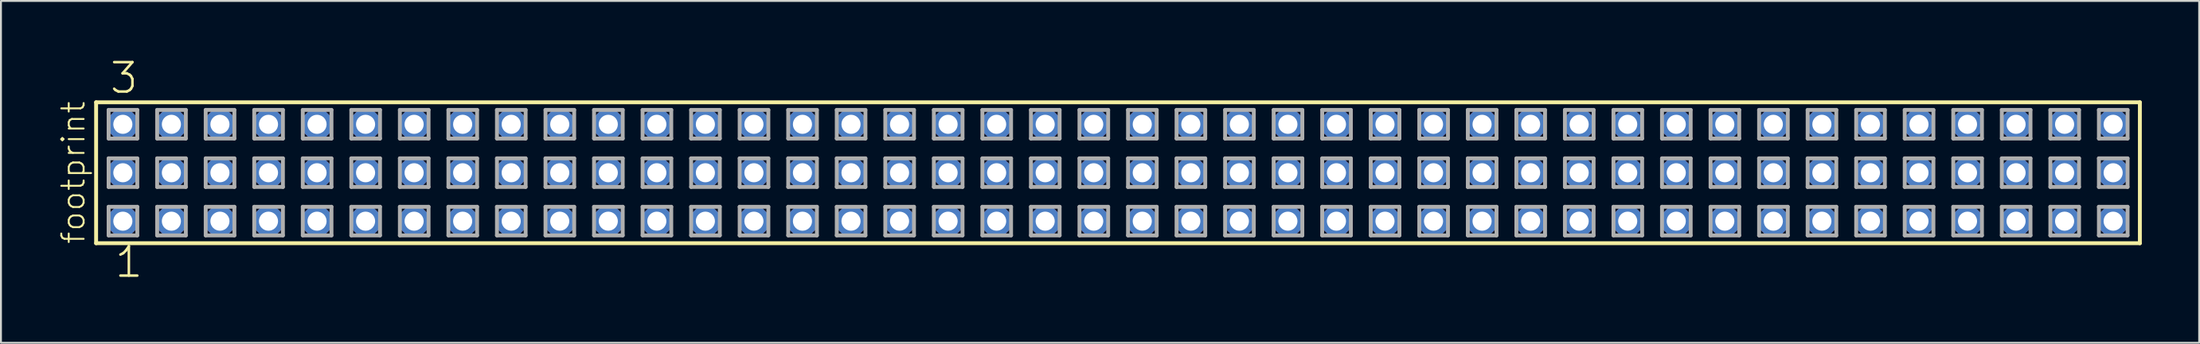
<source format=kicad_pcb>
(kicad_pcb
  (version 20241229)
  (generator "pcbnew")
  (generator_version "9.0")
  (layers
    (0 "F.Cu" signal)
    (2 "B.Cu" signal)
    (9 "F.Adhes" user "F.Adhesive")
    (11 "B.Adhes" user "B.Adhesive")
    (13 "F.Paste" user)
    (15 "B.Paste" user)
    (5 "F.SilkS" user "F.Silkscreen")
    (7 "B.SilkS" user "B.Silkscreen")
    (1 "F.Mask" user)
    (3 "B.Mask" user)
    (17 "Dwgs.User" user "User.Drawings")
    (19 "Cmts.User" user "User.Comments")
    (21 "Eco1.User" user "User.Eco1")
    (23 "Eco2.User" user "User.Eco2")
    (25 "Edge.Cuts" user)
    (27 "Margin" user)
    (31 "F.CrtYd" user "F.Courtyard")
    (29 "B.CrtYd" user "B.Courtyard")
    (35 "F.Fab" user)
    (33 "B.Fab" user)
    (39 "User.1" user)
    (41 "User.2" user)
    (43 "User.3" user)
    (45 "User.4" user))
  (footprint "footprint"
    (layer "F.Cu")
    (at 55.448 6.009)
    (property "Reference" "footprint" (at -53.975 3.81 90) (layer "F.SilkS") (effects (font (size 1.168 1.168) (thickness 0.102)) (justify left bottom)))
    (fp_line (start -53.469 -3.695) (end 53.469 -3.695) (stroke (width 0.203) (type solid)) (layer "F.SilkS"))
    (fp_line (start -53.469 3.695) (end -53.469 -3.695) (stroke (width 0.203) (type solid)) (layer "F.SilkS"))
    (fp_line (start 53.469 -3.695) (end 53.469 3.695) (stroke (width 0.203) (type solid)) (layer "F.SilkS"))
    (fp_line (start 53.469 3.695) (end -53.469 3.695) (stroke (width 0.203) (type solid)) (layer "F.SilkS"))
    (fp_line (start -52.815 -3.295) (end -51.315 -3.295) (stroke (width 0.203) (type solid)) (layer "F.Fab"))
    (fp_line (start -52.815 -1.795) (end -52.815 -3.295) (stroke (width 0.203) (type solid)) (layer "F.Fab"))
    (fp_line (start -52.815 -0.755) (end -51.315 -0.755) (stroke (width 0.203) (type solid)) (layer "F.Fab"))
    (fp_line (start -52.815 0.745) (end -52.815 -0.755) (stroke (width 0.203) (type solid)) (layer "F.Fab"))
    (fp_line (start -52.815 1.785) (end -51.315 1.785) (stroke (width 0.203) (type solid)) (layer "F.Fab"))
    (fp_line (start -52.815 3.285) (end -52.815 1.785) (stroke (width 0.203) (type solid)) (layer "F.Fab"))
    (fp_line (start -51.315 -3.295) (end -51.315 -1.795) (stroke (width 0.203) (type solid)) (layer "F.Fab"))
    (fp_line (start -51.315 -1.795) (end -52.815 -1.795) (stroke (width 0.203) (type solid)) (layer "F.Fab"))
    (fp_line (start -51.315 -0.755) (end -51.315 0.745) (stroke (width 0.203) (type solid)) (layer "F.Fab"))
    (fp_line (start -51.315 0.745) (end -52.815 0.745) (stroke (width 0.203) (type solid)) (layer "F.Fab"))
    (fp_line (start -51.315 1.785) (end -51.315 3.285) (stroke (width 0.203) (type solid)) (layer "F.Fab"))
    (fp_line (start -51.315 3.285) (end -52.815 3.285) (stroke (width 0.203) (type solid)) (layer "F.Fab"))
    (fp_line (start -50.275 -3.295) (end -48.775 -3.295) (stroke (width 0.203) (type solid)) (layer "F.Fab"))
    (fp_line (start -50.275 -1.795) (end -50.275 -3.295) (stroke (width 0.203) (type solid)) (layer "F.Fab"))
    (fp_line (start -50.275 -0.755) (end -48.775 -0.755) (stroke (width 0.203) (type solid)) (layer "F.Fab"))
    (fp_line (start -50.275 0.745) (end -50.275 -0.755) (stroke (width 0.203) (type solid)) (layer "F.Fab"))
    (fp_line (start -50.275 1.785) (end -48.775 1.785) (stroke (width 0.203) (type solid)) (layer "F.Fab"))
    (fp_line (start -50.275 3.285) (end -50.275 1.785) (stroke (width 0.203) (type solid)) (layer "F.Fab"))
    (fp_line (start -48.775 -3.295) (end -48.775 -1.795) (stroke (width 0.203) (type solid)) (layer "F.Fab"))
    (fp_line (start -48.775 -1.795) (end -50.275 -1.795) (stroke (width 0.203) (type solid)) (layer "F.Fab"))
    (fp_line (start -48.775 -0.755) (end -48.775 0.745) (stroke (width 0.203) (type solid)) (layer "F.Fab"))
    (fp_line (start -48.775 0.745) (end -50.275 0.745) (stroke (width 0.203) (type solid)) (layer "F.Fab"))
    (fp_line (start -48.775 1.785) (end -48.775 3.285) (stroke (width 0.203) (type solid)) (layer "F.Fab"))
    (fp_line (start -48.775 3.285) (end -50.275 3.285) (stroke (width 0.203) (type solid)) (layer "F.Fab"))
    (fp_line (start -47.735 -3.295) (end -46.235 -3.295) (stroke (width 0.203) (type solid)) (layer "F.Fab"))
    (fp_line (start -47.735 -1.795) (end -47.735 -3.295) (stroke (width 0.203) (type solid)) (layer "F.Fab"))
    (fp_line (start -47.735 -0.755) (end -46.235 -0.755) (stroke (width 0.203) (type solid)) (layer "F.Fab"))
    (fp_line (start -47.735 0.745) (end -47.735 -0.755) (stroke (width 0.203) (type solid)) (layer "F.Fab"))
    (fp_line (start -47.735 1.785) (end -46.235 1.785) (stroke (width 0.203) (type solid)) (layer "F.Fab"))
    (fp_line (start -47.735 3.285) (end -47.735 1.785) (stroke (width 0.203) (type solid)) (layer "F.Fab"))
    (fp_line (start -46.235 -3.295) (end -46.235 -1.795) (stroke (width 0.203) (type solid)) (layer "F.Fab"))
    (fp_line (start -46.235 -1.795) (end -47.735 -1.795) (stroke (width 0.203) (type solid)) (layer "F.Fab"))
    (fp_line (start -46.235 -0.755) (end -46.235 0.745) (stroke (width 0.203) (type solid)) (layer "F.Fab"))
    (fp_line (start -46.235 0.745) (end -47.735 0.745) (stroke (width 0.203) (type solid)) (layer "F.Fab"))
    (fp_line (start -46.235 1.785) (end -46.235 3.285) (stroke (width 0.203) (type solid)) (layer "F.Fab"))
    (fp_line (start -46.235 3.285) (end -47.735 3.285) (stroke (width 0.203) (type solid)) (layer "F.Fab"))
    (fp_line (start -45.195 -3.295) (end -43.695 -3.295) (stroke (width 0.203) (type solid)) (layer "F.Fab"))
    (fp_line (start -45.195 -1.795) (end -45.195 -3.295) (stroke (width 0.203) (type solid)) (layer "F.Fab"))
    (fp_line (start -45.195 -0.755) (end -43.695 -0.755) (stroke (width 0.203) (type solid)) (layer "F.Fab"))
    (fp_line (start -45.195 0.745) (end -45.195 -0.755) (stroke (width 0.203) (type solid)) (layer "F.Fab"))
    (fp_line (start -45.195 1.785) (end -43.695 1.785) (stroke (width 0.203) (type solid)) (layer "F.Fab"))
    (fp_line (start -45.195 3.285) (end -45.195 1.785) (stroke (width 0.203) (type solid)) (layer "F.Fab"))
    (fp_line (start -43.695 -3.295) (end -43.695 -1.795) (stroke (width 0.203) (type solid)) (layer "F.Fab"))
    (fp_line (start -43.695 -1.795) (end -45.195 -1.795) (stroke (width 0.203) (type solid)) (layer "F.Fab"))
    (fp_line (start -43.695 -0.755) (end -43.695 0.745) (stroke (width 0.203) (type solid)) (layer "F.Fab"))
    (fp_line (start -43.695 0.745) (end -45.195 0.745) (stroke (width 0.203) (type solid)) (layer "F.Fab"))
    (fp_line (start -43.695 1.785) (end -43.695 3.285) (stroke (width 0.203) (type solid)) (layer "F.Fab"))
    (fp_line (start -43.695 3.285) (end -45.195 3.285) (stroke (width 0.203) (type solid)) (layer "F.Fab"))
    (fp_line (start -42.655 -3.295) (end -41.155 -3.295) (stroke (width 0.203) (type solid)) (layer "F.Fab"))
    (fp_line (start -42.655 -1.795) (end -42.655 -3.295) (stroke (width 0.203) (type solid)) (layer "F.Fab"))
    (fp_line (start -42.655 -0.755) (end -41.155 -0.755) (stroke (width 0.203) (type solid)) (layer "F.Fab"))
    (fp_line (start -42.655 0.745) (end -42.655 -0.755) (stroke (width 0.203) (type solid)) (layer "F.Fab"))
    (fp_line (start -42.655 1.785) (end -41.155 1.785) (stroke (width 0.203) (type solid)) (layer "F.Fab"))
    (fp_line (start -42.655 3.285) (end -42.655 1.785) (stroke (width 0.203) (type solid)) (layer "F.Fab"))
    (fp_line (start -41.155 -3.295) (end -41.155 -1.795) (stroke (width 0.203) (type solid)) (layer "F.Fab"))
    (fp_line (start -41.155 -1.795) (end -42.655 -1.795) (stroke (width 0.203) (type solid)) (layer "F.Fab"))
    (fp_line (start -41.155 -0.755) (end -41.155 0.745) (stroke (width 0.203) (type solid)) (layer "F.Fab"))
    (fp_line (start -41.155 0.745) (end -42.655 0.745) (stroke (width 0.203) (type solid)) (layer "F.Fab"))
    (fp_line (start -41.155 1.785) (end -41.155 3.285) (stroke (width 0.203) (type solid)) (layer "F.Fab"))
    (fp_line (start -41.155 3.285) (end -42.655 3.285) (stroke (width 0.203) (type solid)) (layer "F.Fab"))
    (fp_line (start -40.115 -3.295) (end -38.615 -3.295) (stroke (width 0.203) (type solid)) (layer "F.Fab"))
    (fp_line (start -40.115 -1.795) (end -40.115 -3.295) (stroke (width 0.203) (type solid)) (layer "F.Fab"))
    (fp_line (start -40.115 -0.755) (end -38.615 -0.755) (stroke (width 0.203) (type solid)) (layer "F.Fab"))
    (fp_line (start -40.115 0.745) (end -40.115 -0.755) (stroke (width 0.203) (type solid)) (layer "F.Fab"))
    (fp_line (start -40.115 1.785) (end -38.615 1.785) (stroke (width 0.203) (type solid)) (layer "F.Fab"))
    (fp_line (start -40.115 3.285) (end -40.115 1.785) (stroke (width 0.203) (type solid)) (layer "F.Fab"))
    (fp_line (start -38.615 -3.295) (end -38.615 -1.795) (stroke (width 0.203) (type solid)) (layer "F.Fab"))
    (fp_line (start -38.615 -1.795) (end -40.115 -1.795) (stroke (width 0.203) (type solid)) (layer "F.Fab"))
    (fp_line (start -38.615 -0.755) (end -38.615 0.745) (stroke (width 0.203) (type solid)) (layer "F.Fab"))
    (fp_line (start -38.615 0.745) (end -40.115 0.745) (stroke (width 0.203) (type solid)) (layer "F.Fab"))
    (fp_line (start -38.615 1.785) (end -38.615 3.285) (stroke (width 0.203) (type solid)) (layer "F.Fab"))
    (fp_line (start -38.615 3.285) (end -40.115 3.285) (stroke (width 0.203) (type solid)) (layer "F.Fab"))
    (fp_line (start -37.575 -3.295) (end -36.075 -3.295) (stroke (width 0.203) (type solid)) (layer "F.Fab"))
    (fp_line (start -37.575 -1.795) (end -37.575 -3.295) (stroke (width 0.203) (type solid)) (layer "F.Fab"))
    (fp_line (start -37.575 -0.755) (end -36.075 -0.755) (stroke (width 0.203) (type solid)) (layer "F.Fab"))
    (fp_line (start -37.575 0.745) (end -37.575 -0.755) (stroke (width 0.203) (type solid)) (layer "F.Fab"))
    (fp_line (start -37.575 1.785) (end -36.075 1.785) (stroke (width 0.203) (type solid)) (layer "F.Fab"))
    (fp_line (start -37.575 3.285) (end -37.575 1.785) (stroke (width 0.203) (type solid)) (layer "F.Fab"))
    (fp_line (start -36.075 -3.295) (end -36.075 -1.795) (stroke (width 0.203) (type solid)) (layer "F.Fab"))
    (fp_line (start -36.075 -1.795) (end -37.575 -1.795) (stroke (width 0.203) (type solid)) (layer "F.Fab"))
    (fp_line (start -36.075 -0.755) (end -36.075 0.745) (stroke (width 0.203) (type solid)) (layer "F.Fab"))
    (fp_line (start -36.075 0.745) (end -37.575 0.745) (stroke (width 0.203) (type solid)) (layer "F.Fab"))
    (fp_line (start -36.075 1.785) (end -36.075 3.285) (stroke (width 0.203) (type solid)) (layer "F.Fab"))
    (fp_line (start -36.075 3.285) (end -37.575 3.285) (stroke (width 0.203) (type solid)) (layer "F.Fab"))
    (fp_line (start -35.035 -3.295) (end -33.535 -3.295) (stroke (width 0.203) (type solid)) (layer "F.Fab"))
    (fp_line (start -35.035 -1.795) (end -35.035 -3.295) (stroke (width 0.203) (type solid)) (layer "F.Fab"))
    (fp_line (start -35.035 -0.755) (end -33.535 -0.755) (stroke (width 0.203) (type solid)) (layer "F.Fab"))
    (fp_line (start -35.035 0.745) (end -35.035 -0.755) (stroke (width 0.203) (type solid)) (layer "F.Fab"))
    (fp_line (start -35.035 1.785) (end -33.535 1.785) (stroke (width 0.203) (type solid)) (layer "F.Fab"))
    (fp_line (start -35.035 3.285) (end -35.035 1.785) (stroke (width 0.203) (type solid)) (layer "F.Fab"))
    (fp_line (start -33.535 -3.295) (end -33.535 -1.795) (stroke (width 0.203) (type solid)) (layer "F.Fab"))
    (fp_line (start -33.535 -1.795) (end -35.035 -1.795) (stroke (width 0.203) (type solid)) (layer "F.Fab"))
    (fp_line (start -33.535 -0.755) (end -33.535 0.745) (stroke (width 0.203) (type solid)) (layer "F.Fab"))
    (fp_line (start -33.535 0.745) (end -35.035 0.745) (stroke (width 0.203) (type solid)) (layer "F.Fab"))
    (fp_line (start -33.535 1.785) (end -33.535 3.285) (stroke (width 0.203) (type solid)) (layer "F.Fab"))
    (fp_line (start -33.535 3.285) (end -35.035 3.285) (stroke (width 0.203) (type solid)) (layer "F.Fab"))
    (fp_line (start -32.495 -3.295) (end -30.995 -3.295) (stroke (width 0.203) (type solid)) (layer "F.Fab"))
    (fp_line (start -32.495 -1.795) (end -32.495 -3.295) (stroke (width 0.203) (type solid)) (layer "F.Fab"))
    (fp_line (start -32.495 -0.755) (end -30.995 -0.755) (stroke (width 0.203) (type solid)) (layer "F.Fab"))
    (fp_line (start -32.495 0.745) (end -32.495 -0.755) (stroke (width 0.203) (type solid)) (layer "F.Fab"))
    (fp_line (start -32.495 1.785) (end -30.995 1.785) (stroke (width 0.203) (type solid)) (layer "F.Fab"))
    (fp_line (start -32.495 3.285) (end -32.495 1.785) (stroke (width 0.203) (type solid)) (layer "F.Fab"))
    (fp_line (start -30.995 -3.295) (end -30.995 -1.795) (stroke (width 0.203) (type solid)) (layer "F.Fab"))
    (fp_line (start -30.995 -1.795) (end -32.495 -1.795) (stroke (width 0.203) (type solid)) (layer "F.Fab"))
    (fp_line (start -30.995 -0.755) (end -30.995 0.745) (stroke (width 0.203) (type solid)) (layer "F.Fab"))
    (fp_line (start -30.995 0.745) (end -32.495 0.745) (stroke (width 0.203) (type solid)) (layer "F.Fab"))
    (fp_line (start -30.995 1.785) (end -30.995 3.285) (stroke (width 0.203) (type solid)) (layer "F.Fab"))
    (fp_line (start -30.995 3.285) (end -32.495 3.285) (stroke (width 0.203) (type solid)) (layer "F.Fab"))
    (fp_line (start -29.955 -3.295) (end -28.455 -3.295) (stroke (width 0.203) (type solid)) (layer "F.Fab"))
    (fp_line (start -29.955 -1.795) (end -29.955 -3.295) (stroke (width 0.203) (type solid)) (layer "F.Fab"))
    (fp_line (start -29.955 -0.755) (end -28.455 -0.755) (stroke (width 0.203) (type solid)) (layer "F.Fab"))
    (fp_line (start -29.955 0.745) (end -29.955 -0.755) (stroke (width 0.203) (type solid)) (layer "F.Fab"))
    (fp_line (start -29.955 1.785) (end -28.455 1.785) (stroke (width 0.203) (type solid)) (layer "F.Fab"))
    (fp_line (start -29.955 3.285) (end -29.955 1.785) (stroke (width 0.203) (type solid)) (layer "F.Fab"))
    (fp_line (start -28.455 -3.295) (end -28.455 -1.795) (stroke (width 0.203) (type solid)) (layer "F.Fab"))
    (fp_line (start -28.455 -1.795) (end -29.955 -1.795) (stroke (width 0.203) (type solid)) (layer "F.Fab"))
    (fp_line (start -28.455 -0.755) (end -28.455 0.745) (stroke (width 0.203) (type solid)) (layer "F.Fab"))
    (fp_line (start -28.455 0.745) (end -29.955 0.745) (stroke (width 0.203) (type solid)) (layer "F.Fab"))
    (fp_line (start -28.455 1.785) (end -28.455 3.285) (stroke (width 0.203) (type solid)) (layer "F.Fab"))
    (fp_line (start -28.455 3.285) (end -29.955 3.285) (stroke (width 0.203) (type solid)) (layer "F.Fab"))
    (fp_line (start -27.415 -3.295) (end -25.915 -3.295) (stroke (width 0.203) (type solid)) (layer "F.Fab"))
    (fp_line (start -27.415 -1.795) (end -27.415 -3.295) (stroke (width 0.203) (type solid)) (layer "F.Fab"))
    (fp_line (start -27.415 -0.755) (end -25.915 -0.755) (stroke (width 0.203) (type solid)) (layer "F.Fab"))
    (fp_line (start -27.415 0.745) (end -27.415 -0.755) (stroke (width 0.203) (type solid)) (layer "F.Fab"))
    (fp_line (start -27.415 1.785) (end -25.915 1.785) (stroke (width 0.203) (type solid)) (layer "F.Fab"))
    (fp_line (start -27.415 3.285) (end -27.415 1.785) (stroke (width 0.203) (type solid)) (layer "F.Fab"))
    (fp_line (start -25.915 -3.295) (end -25.915 -1.795) (stroke (width 0.203) (type solid)) (layer "F.Fab"))
    (fp_line (start -25.915 -1.795) (end -27.415 -1.795) (stroke (width 0.203) (type solid)) (layer "F.Fab"))
    (fp_line (start -25.915 -0.755) (end -25.915 0.745) (stroke (width 0.203) (type solid)) (layer "F.Fab"))
    (fp_line (start -25.915 0.745) (end -27.415 0.745) (stroke (width 0.203) (type solid)) (layer "F.Fab"))
    (fp_line (start -25.915 1.785) (end -25.915 3.285) (stroke (width 0.203) (type solid)) (layer "F.Fab"))
    (fp_line (start -25.915 3.285) (end -27.415 3.285) (stroke (width 0.203) (type solid)) (layer "F.Fab"))
    (fp_line (start -24.875 -3.295) (end -23.375 -3.295) (stroke (width 0.203) (type solid)) (layer "F.Fab"))
    (fp_line (start -24.875 -1.795) (end -24.875 -3.295) (stroke (width 0.203) (type solid)) (layer "F.Fab"))
    (fp_line (start -24.875 -0.755) (end -23.375 -0.755) (stroke (width 0.203) (type solid)) (layer "F.Fab"))
    (fp_line (start -24.875 0.745) (end -24.875 -0.755) (stroke (width 0.203) (type solid)) (layer "F.Fab"))
    (fp_line (start -24.875 1.785) (end -23.375 1.785) (stroke (width 0.203) (type solid)) (layer "F.Fab"))
    (fp_line (start -24.875 3.285) (end -24.875 1.785) (stroke (width 0.203) (type solid)) (layer "F.Fab"))
    (fp_line (start -23.375 -3.295) (end -23.375 -1.795) (stroke (width 0.203) (type solid)) (layer "F.Fab"))
    (fp_line (start -23.375 -1.795) (end -24.875 -1.795) (stroke (width 0.203) (type solid)) (layer "F.Fab"))
    (fp_line (start -23.375 -0.755) (end -23.375 0.745) (stroke (width 0.203) (type solid)) (layer "F.Fab"))
    (fp_line (start -23.375 0.745) (end -24.875 0.745) (stroke (width 0.203) (type solid)) (layer "F.Fab"))
    (fp_line (start -23.375 1.785) (end -23.375 3.285) (stroke (width 0.203) (type solid)) (layer "F.Fab"))
    (fp_line (start -23.375 3.285) (end -24.875 3.285) (stroke (width 0.203) (type solid)) (layer "F.Fab"))
    (fp_line (start -22.335 -3.295) (end -20.835 -3.295) (stroke (width 0.203) (type solid)) (layer "F.Fab"))
    (fp_line (start -22.335 -1.795) (end -22.335 -3.295) (stroke (width 0.203) (type solid)) (layer "F.Fab"))
    (fp_line (start -22.335 -0.755) (end -20.835 -0.755) (stroke (width 0.203) (type solid)) (layer "F.Fab"))
    (fp_line (start -22.335 0.745) (end -22.335 -0.755) (stroke (width 0.203) (type solid)) (layer "F.Fab"))
    (fp_line (start -22.335 1.785) (end -20.835 1.785) (stroke (width 0.203) (type solid)) (layer "F.Fab"))
    (fp_line (start -22.335 3.285) (end -22.335 1.785) (stroke (width 0.203) (type solid)) (layer "F.Fab"))
    (fp_line (start -20.835 -3.295) (end -20.835 -1.795) (stroke (width 0.203) (type solid)) (layer "F.Fab"))
    (fp_line (start -20.835 -1.795) (end -22.335 -1.795) (stroke (width 0.203) (type solid)) (layer "F.Fab"))
    (fp_line (start -20.835 -0.755) (end -20.835 0.745) (stroke (width 0.203) (type solid)) (layer "F.Fab"))
    (fp_line (start -20.835 0.745) (end -22.335 0.745) (stroke (width 0.203) (type solid)) (layer "F.Fab"))
    (fp_line (start -20.835 1.785) (end -20.835 3.285) (stroke (width 0.203) (type solid)) (layer "F.Fab"))
    (fp_line (start -20.835 3.285) (end -22.335 3.285) (stroke (width 0.203) (type solid)) (layer "F.Fab"))
    (fp_line (start -19.795 -3.295) (end -18.295 -3.295) (stroke (width 0.203) (type solid)) (layer "F.Fab"))
    (fp_line (start -19.795 -1.795) (end -19.795 -3.295) (stroke (width 0.203) (type solid)) (layer "F.Fab"))
    (fp_line (start -19.795 -0.755) (end -18.295 -0.755) (stroke (width 0.203) (type solid)) (layer "F.Fab"))
    (fp_line (start -19.795 0.745) (end -19.795 -0.755) (stroke (width 0.203) (type solid)) (layer "F.Fab"))
    (fp_line (start -19.795 1.785) (end -18.295 1.785) (stroke (width 0.203) (type solid)) (layer "F.Fab"))
    (fp_line (start -19.795 3.285) (end -19.795 1.785) (stroke (width 0.203) (type solid)) (layer "F.Fab"))
    (fp_line (start -18.295 -3.295) (end -18.295 -1.795) (stroke (width 0.203) (type solid)) (layer "F.Fab"))
    (fp_line (start -18.295 -1.795) (end -19.795 -1.795) (stroke (width 0.203) (type solid)) (layer "F.Fab"))
    (fp_line (start -18.295 -0.755) (end -18.295 0.745) (stroke (width 0.203) (type solid)) (layer "F.Fab"))
    (fp_line (start -18.295 0.745) (end -19.795 0.745) (stroke (width 0.203) (type solid)) (layer "F.Fab"))
    (fp_line (start -18.295 1.785) (end -18.295 3.285) (stroke (width 0.203) (type solid)) (layer "F.Fab"))
    (fp_line (start -18.295 3.285) (end -19.795 3.285) (stroke (width 0.203) (type solid)) (layer "F.Fab"))
    (fp_line (start -17.255 -3.295) (end -15.755 -3.295) (stroke (width 0.203) (type solid)) (layer "F.Fab"))
    (fp_line (start -17.255 -1.795) (end -17.255 -3.295) (stroke (width 0.203) (type solid)) (layer "F.Fab"))
    (fp_line (start -17.255 -0.755) (end -15.755 -0.755) (stroke (width 0.203) (type solid)) (layer "F.Fab"))
    (fp_line (start -17.255 0.745) (end -17.255 -0.755) (stroke (width 0.203) (type solid)) (layer "F.Fab"))
    (fp_line (start -17.255 1.785) (end -15.755 1.785) (stroke (width 0.203) (type solid)) (layer "F.Fab"))
    (fp_line (start -17.255 3.285) (end -17.255 1.785) (stroke (width 0.203) (type solid)) (layer "F.Fab"))
    (fp_line (start -15.755 -3.295) (end -15.755 -1.795) (stroke (width 0.203) (type solid)) (layer "F.Fab"))
    (fp_line (start -15.755 -1.795) (end -17.255 -1.795) (stroke (width 0.203) (type solid)) (layer "F.Fab"))
    (fp_line (start -15.755 -0.755) (end -15.755 0.745) (stroke (width 0.203) (type solid)) (layer "F.Fab"))
    (fp_line (start -15.755 0.745) (end -17.255 0.745) (stroke (width 0.203) (type solid)) (layer "F.Fab"))
    (fp_line (start -15.755 1.785) (end -15.755 3.285) (stroke (width 0.203) (type solid)) (layer "F.Fab"))
    (fp_line (start -15.755 3.285) (end -17.255 3.285) (stroke (width 0.203) (type solid)) (layer "F.Fab"))
    (fp_line (start -14.715 -3.295) (end -13.215 -3.295) (stroke (width 0.203) (type solid)) (layer "F.Fab"))
    (fp_line (start -14.715 -1.795) (end -14.715 -3.295) (stroke (width 0.203) (type solid)) (layer "F.Fab"))
    (fp_line (start -14.715 -0.755) (end -13.215 -0.755) (stroke (width 0.203) (type solid)) (layer "F.Fab"))
    (fp_line (start -14.715 0.745) (end -14.715 -0.755) (stroke (width 0.203) (type solid)) (layer "F.Fab"))
    (fp_line (start -14.715 1.785) (end -13.215 1.785) (stroke (width 0.203) (type solid)) (layer "F.Fab"))
    (fp_line (start -14.715 3.285) (end -14.715 1.785) (stroke (width 0.203) (type solid)) (layer "F.Fab"))
    (fp_line (start -13.215 -3.295) (end -13.215 -1.795) (stroke (width 0.203) (type solid)) (layer "F.Fab"))
    (fp_line (start -13.215 -1.795) (end -14.715 -1.795) (stroke (width 0.203) (type solid)) (layer "F.Fab"))
    (fp_line (start -13.215 -0.755) (end -13.215 0.745) (stroke (width 0.203) (type solid)) (layer "F.Fab"))
    (fp_line (start -13.215 0.745) (end -14.715 0.745) (stroke (width 0.203) (type solid)) (layer "F.Fab"))
    (fp_line (start -13.215 1.785) (end -13.215 3.285) (stroke (width 0.203) (type solid)) (layer "F.Fab"))
    (fp_line (start -13.215 3.285) (end -14.715 3.285) (stroke (width 0.203) (type solid)) (layer "F.Fab"))
    (fp_line (start -12.175 -3.295) (end -10.675 -3.295) (stroke (width 0.203) (type solid)) (layer "F.Fab"))
    (fp_line (start -12.175 -1.795) (end -12.175 -3.295) (stroke (width 0.203) (type solid)) (layer "F.Fab"))
    (fp_line (start -12.175 -0.755) (end -10.675 -0.755) (stroke (width 0.203) (type solid)) (layer "F.Fab"))
    (fp_line (start -12.175 0.745) (end -12.175 -0.755) (stroke (width 0.203) (type solid)) (layer "F.Fab"))
    (fp_line (start -12.175 1.785) (end -10.675 1.785) (stroke (width 0.203) (type solid)) (layer "F.Fab"))
    (fp_line (start -12.175 3.285) (end -12.175 1.785) (stroke (width 0.203) (type solid)) (layer "F.Fab"))
    (fp_line (start -10.675 -3.295) (end -10.675 -1.795) (stroke (width 0.203) (type solid)) (layer "F.Fab"))
    (fp_line (start -10.675 -1.795) (end -12.175 -1.795) (stroke (width 0.203) (type solid)) (layer "F.Fab"))
    (fp_line (start -10.675 -0.755) (end -10.675 0.745) (stroke (width 0.203) (type solid)) (layer "F.Fab"))
    (fp_line (start -10.675 0.745) (end -12.175 0.745) (stroke (width 0.203) (type solid)) (layer "F.Fab"))
    (fp_line (start -10.675 1.785) (end -10.675 3.285) (stroke (width 0.203) (type solid)) (layer "F.Fab"))
    (fp_line (start -10.675 3.285) (end -12.175 3.285) (stroke (width 0.203) (type solid)) (layer "F.Fab"))
    (fp_line (start -9.635 -3.295) (end -8.135 -3.295) (stroke (width 0.203) (type solid)) (layer "F.Fab"))
    (fp_line (start -9.635 -1.795) (end -9.635 -3.295) (stroke (width 0.203) (type solid)) (layer "F.Fab"))
    (fp_line (start -9.635 -0.755) (end -8.135 -0.755) (stroke (width 0.203) (type solid)) (layer "F.Fab"))
    (fp_line (start -9.635 0.745) (end -9.635 -0.755) (stroke (width 0.203) (type solid)) (layer "F.Fab"))
    (fp_line (start -9.635 1.785) (end -8.135 1.785) (stroke (width 0.203) (type solid)) (layer "F.Fab"))
    (fp_line (start -9.635 3.285) (end -9.635 1.785) (stroke (width 0.203) (type solid)) (layer "F.Fab"))
    (fp_line (start -8.135 -3.295) (end -8.135 -1.795) (stroke (width 0.203) (type solid)) (layer "F.Fab"))
    (fp_line (start -8.135 -1.795) (end -9.635 -1.795) (stroke (width 0.203) (type solid)) (layer "F.Fab"))
    (fp_line (start -8.135 -0.755) (end -8.135 0.745) (stroke (width 0.203) (type solid)) (layer "F.Fab"))
    (fp_line (start -8.135 0.745) (end -9.635 0.745) (stroke (width 0.203) (type solid)) (layer "F.Fab"))
    (fp_line (start -8.135 1.785) (end -8.135 3.285) (stroke (width 0.203) (type solid)) (layer "F.Fab"))
    (fp_line (start -8.135 3.285) (end -9.635 3.285) (stroke (width 0.203) (type solid)) (layer "F.Fab"))
    (fp_line (start -7.095 -3.295) (end -5.595 -3.295) (stroke (width 0.203) (type solid)) (layer "F.Fab"))
    (fp_line (start -7.095 -1.795) (end -7.095 -3.295) (stroke (width 0.203) (type solid)) (layer "F.Fab"))
    (fp_line (start -7.095 -0.755) (end -5.595 -0.755) (stroke (width 0.203) (type solid)) (layer "F.Fab"))
    (fp_line (start -7.095 0.745) (end -7.095 -0.755) (stroke (width 0.203) (type solid)) (layer "F.Fab"))
    (fp_line (start -7.095 1.785) (end -5.595 1.785) (stroke (width 0.203) (type solid)) (layer "F.Fab"))
    (fp_line (start -7.095 3.285) (end -7.095 1.785) (stroke (width 0.203) (type solid)) (layer "F.Fab"))
    (fp_line (start -5.595 -3.295) (end -5.595 -1.795) (stroke (width 0.203) (type solid)) (layer "F.Fab"))
    (fp_line (start -5.595 -1.795) (end -7.095 -1.795) (stroke (width 0.203) (type solid)) (layer "F.Fab"))
    (fp_line (start -5.595 -0.755) (end -5.595 0.745) (stroke (width 0.203) (type solid)) (layer "F.Fab"))
    (fp_line (start -5.595 0.745) (end -7.095 0.745) (stroke (width 0.203) (type solid)) (layer "F.Fab"))
    (fp_line (start -5.595 1.785) (end -5.595 3.285) (stroke (width 0.203) (type solid)) (layer "F.Fab"))
    (fp_line (start -5.595 3.285) (end -7.095 3.285) (stroke (width 0.203) (type solid)) (layer "F.Fab"))
    (fp_line (start -4.555 -3.295) (end -3.055 -3.295) (stroke (width 0.203) (type solid)) (layer "F.Fab"))
    (fp_line (start -4.555 -1.795) (end -4.555 -3.295) (stroke (width 0.203) (type solid)) (layer "F.Fab"))
    (fp_line (start -4.555 -0.755) (end -3.055 -0.755) (stroke (width 0.203) (type solid)) (layer "F.Fab"))
    (fp_line (start -4.555 0.745) (end -4.555 -0.755) (stroke (width 0.203) (type solid)) (layer "F.Fab"))
    (fp_line (start -4.555 1.785) (end -3.055 1.785) (stroke (width 0.203) (type solid)) (layer "F.Fab"))
    (fp_line (start -4.555 3.285) (end -4.555 1.785) (stroke (width 0.203) (type solid)) (layer "F.Fab"))
    (fp_line (start -3.055 -3.295) (end -3.055 -1.795) (stroke (width 0.203) (type solid)) (layer "F.Fab"))
    (fp_line (start -3.055 -1.795) (end -4.555 -1.795) (stroke (width 0.203) (type solid)) (layer "F.Fab"))
    (fp_line (start -3.055 -0.755) (end -3.055 0.745) (stroke (width 0.203) (type solid)) (layer "F.Fab"))
    (fp_line (start -3.055 0.745) (end -4.555 0.745) (stroke (width 0.203) (type solid)) (layer "F.Fab"))
    (fp_line (start -3.055 1.785) (end -3.055 3.285) (stroke (width 0.203) (type solid)) (layer "F.Fab"))
    (fp_line (start -3.055 3.285) (end -4.555 3.285) (stroke (width 0.203) (type solid)) (layer "F.Fab"))
    (fp_line (start -2.015 -3.295) (end -0.515 -3.295) (stroke (width 0.203) (type solid)) (layer "F.Fab"))
    (fp_line (start -2.015 -1.795) (end -2.015 -3.295) (stroke (width 0.203) (type solid)) (layer "F.Fab"))
    (fp_line (start -2.015 -0.755) (end -0.515 -0.755) (stroke (width 0.203) (type solid)) (layer "F.Fab"))
    (fp_line (start -2.015 0.745) (end -2.015 -0.755) (stroke (width 0.203) (type solid)) (layer "F.Fab"))
    (fp_line (start -2.015 1.785) (end -0.515 1.785) (stroke (width 0.203) (type solid)) (layer "F.Fab"))
    (fp_line (start -2.015 3.285) (end -2.015 1.785) (stroke (width 0.203) (type solid)) (layer "F.Fab"))
    (fp_line (start -0.515 -3.295) (end -0.515 -1.795) (stroke (width 0.203) (type solid)) (layer "F.Fab"))
    (fp_line (start -0.515 -1.795) (end -2.015 -1.795) (stroke (width 0.203) (type solid)) (layer "F.Fab"))
    (fp_line (start -0.515 -0.755) (end -0.515 0.745) (stroke (width 0.203) (type solid)) (layer "F.Fab"))
    (fp_line (start -0.515 0.745) (end -2.015 0.745) (stroke (width 0.203) (type solid)) (layer "F.Fab"))
    (fp_line (start -0.515 1.785) (end -0.515 3.285) (stroke (width 0.203) (type solid)) (layer "F.Fab"))
    (fp_line (start -0.515 3.285) (end -2.015 3.285) (stroke (width 0.203) (type solid)) (layer "F.Fab"))
    (fp_line (start 0.525 -3.295) (end 2.025 -3.295) (stroke (width 0.203) (type solid)) (layer "F.Fab"))
    (fp_line (start 0.525 -1.795) (end 0.525 -3.295) (stroke (width 0.203) (type solid)) (layer "F.Fab"))
    (fp_line (start 0.525 -0.755) (end 2.025 -0.755) (stroke (width 0.203) (type solid)) (layer "F.Fab"))
    (fp_line (start 0.525 0.745) (end 0.525 -0.755) (stroke (width 0.203) (type solid)) (layer "F.Fab"))
    (fp_line (start 0.525 1.785) (end 2.025 1.785) (stroke (width 0.203) (type solid)) (layer "F.Fab"))
    (fp_line (start 0.525 3.285) (end 0.525 1.785) (stroke (width 0.203) (type solid)) (layer "F.Fab"))
    (fp_line (start 2.025 -3.295) (end 2.025 -1.795) (stroke (width 0.203) (type solid)) (layer "F.Fab"))
    (fp_line (start 2.025 -1.795) (end 0.525 -1.795) (stroke (width 0.203) (type solid)) (layer "F.Fab"))
    (fp_line (start 2.025 -0.755) (end 2.025 0.745) (stroke (width 0.203) (type solid)) (layer "F.Fab"))
    (fp_line (start 2.025 0.745) (end 0.525 0.745) (stroke (width 0.203) (type solid)) (layer "F.Fab"))
    (fp_line (start 2.025 1.785) (end 2.025 3.285) (stroke (width 0.203) (type solid)) (layer "F.Fab"))
    (fp_line (start 2.025 3.285) (end 0.525 3.285) (stroke (width 0.203) (type solid)) (layer "F.Fab"))
    (fp_line (start 3.065 -3.295) (end 4.565 -3.295) (stroke (width 0.203) (type solid)) (layer "F.Fab"))
    (fp_line (start 3.065 -1.795) (end 3.065 -3.295) (stroke (width 0.203) (type solid)) (layer "F.Fab"))
    (fp_line (start 3.065 -0.755) (end 4.565 -0.755) (stroke (width 0.203) (type solid)) (layer "F.Fab"))
    (fp_line (start 3.065 0.745) (end 3.065 -0.755) (stroke (width 0.203) (type solid)) (layer "F.Fab"))
    (fp_line (start 3.065 1.785) (end 4.565 1.785) (stroke (width 0.203) (type solid)) (layer "F.Fab"))
    (fp_line (start 3.065 3.285) (end 3.065 1.785) (stroke (width 0.203) (type solid)) (layer "F.Fab"))
    (fp_line (start 4.565 -3.295) (end 4.565 -1.795) (stroke (width 0.203) (type solid)) (layer "F.Fab"))
    (fp_line (start 4.565 -1.795) (end 3.065 -1.795) (stroke (width 0.203) (type solid)) (layer "F.Fab"))
    (fp_line (start 4.565 -0.755) (end 4.565 0.745) (stroke (width 0.203) (type solid)) (layer "F.Fab"))
    (fp_line (start 4.565 0.745) (end 3.065 0.745) (stroke (width 0.203) (type solid)) (layer "F.Fab"))
    (fp_line (start 4.565 1.785) (end 4.565 3.285) (stroke (width 0.203) (type solid)) (layer "F.Fab"))
    (fp_line (start 4.565 3.285) (end 3.065 3.285) (stroke (width 0.203) (type solid)) (layer "F.Fab"))
    (fp_line (start 5.605 -3.295) (end 7.105 -3.295) (stroke (width 0.203) (type solid)) (layer "F.Fab"))
    (fp_line (start 5.605 -1.795) (end 5.605 -3.295) (stroke (width 0.203) (type solid)) (layer "F.Fab"))
    (fp_line (start 5.605 -0.755) (end 7.105 -0.755) (stroke (width 0.203) (type solid)) (layer "F.Fab"))
    (fp_line (start 5.605 0.745) (end 5.605 -0.755) (stroke (width 0.203) (type solid)) (layer "F.Fab"))
    (fp_line (start 5.605 1.785) (end 7.105 1.785) (stroke (width 0.203) (type solid)) (layer "F.Fab"))
    (fp_line (start 5.605 3.285) (end 5.605 1.785) (stroke (width 0.203) (type solid)) (layer "F.Fab"))
    (fp_line (start 7.105 -3.295) (end 7.105 -1.795) (stroke (width 0.203) (type solid)) (layer "F.Fab"))
    (fp_line (start 7.105 -1.795) (end 5.605 -1.795) (stroke (width 0.203) (type solid)) (layer "F.Fab"))
    (fp_line (start 7.105 -0.755) (end 7.105 0.745) (stroke (width 0.203) (type solid)) (layer "F.Fab"))
    (fp_line (start 7.105 0.745) (end 5.605 0.745) (stroke (width 0.203) (type solid)) (layer "F.Fab"))
    (fp_line (start 7.105 1.785) (end 7.105 3.285) (stroke (width 0.203) (type solid)) (layer "F.Fab"))
    (fp_line (start 7.105 3.285) (end 5.605 3.285) (stroke (width 0.203) (type solid)) (layer "F.Fab"))
    (fp_line (start 8.145 -3.295) (end 9.645 -3.295) (stroke (width 0.203) (type solid)) (layer "F.Fab"))
    (fp_line (start 8.145 -1.795) (end 8.145 -3.295) (stroke (width 0.203) (type solid)) (layer "F.Fab"))
    (fp_line (start 8.145 -0.755) (end 9.645 -0.755) (stroke (width 0.203) (type solid)) (layer "F.Fab"))
    (fp_line (start 8.145 0.745) (end 8.145 -0.755) (stroke (width 0.203) (type solid)) (layer "F.Fab"))
    (fp_line (start 8.145 1.785) (end 9.645 1.785) (stroke (width 0.203) (type solid)) (layer "F.Fab"))
    (fp_line (start 8.145 3.285) (end 8.145 1.785) (stroke (width 0.203) (type solid)) (layer "F.Fab"))
    (fp_line (start 9.645 -3.295) (end 9.645 -1.795) (stroke (width 0.203) (type solid)) (layer "F.Fab"))
    (fp_line (start 9.645 -1.795) (end 8.145 -1.795) (stroke (width 0.203) (type solid)) (layer "F.Fab"))
    (fp_line (start 9.645 -0.755) (end 9.645 0.745) (stroke (width 0.203) (type solid)) (layer "F.Fab"))
    (fp_line (start 9.645 0.745) (end 8.145 0.745) (stroke (width 0.203) (type solid)) (layer "F.Fab"))
    (fp_line (start 9.645 1.785) (end 9.645 3.285) (stroke (width 0.203) (type solid)) (layer "F.Fab"))
    (fp_line (start 9.645 3.285) (end 8.145 3.285) (stroke (width 0.203) (type solid)) (layer "F.Fab"))
    (fp_line (start 10.685 -3.295) (end 12.185 -3.295) (stroke (width 0.203) (type solid)) (layer "F.Fab"))
    (fp_line (start 10.685 -1.795) (end 10.685 -3.295) (stroke (width 0.203) (type solid)) (layer "F.Fab"))
    (fp_line (start 10.685 -0.755) (end 12.185 -0.755) (stroke (width 0.203) (type solid)) (layer "F.Fab"))
    (fp_line (start 10.685 0.745) (end 10.685 -0.755) (stroke (width 0.203) (type solid)) (layer "F.Fab"))
    (fp_line (start 10.685 1.785) (end 12.185 1.785) (stroke (width 0.203) (type solid)) (layer "F.Fab"))
    (fp_line (start 10.685 3.285) (end 10.685 1.785) (stroke (width 0.203) (type solid)) (layer "F.Fab"))
    (fp_line (start 12.185 -3.295) (end 12.185 -1.795) (stroke (width 0.203) (type solid)) (layer "F.Fab"))
    (fp_line (start 12.185 -1.795) (end 10.685 -1.795) (stroke (width 0.203) (type solid)) (layer "F.Fab"))
    (fp_line (start 12.185 -0.755) (end 12.185 0.745) (stroke (width 0.203) (type solid)) (layer "F.Fab"))
    (fp_line (start 12.185 0.745) (end 10.685 0.745) (stroke (width 0.203) (type solid)) (layer "F.Fab"))
    (fp_line (start 12.185 1.785) (end 12.185 3.285) (stroke (width 0.203) (type solid)) (layer "F.Fab"))
    (fp_line (start 12.185 3.285) (end 10.685 3.285) (stroke (width 0.203) (type solid)) (layer "F.Fab"))
    (fp_line (start 13.225 -3.295) (end 14.725 -3.295) (stroke (width 0.203) (type solid)) (layer "F.Fab"))
    (fp_line (start 13.225 -1.795) (end 13.225 -3.295) (stroke (width 0.203) (type solid)) (layer "F.Fab"))
    (fp_line (start 13.225 -0.755) (end 14.725 -0.755) (stroke (width 0.203) (type solid)) (layer "F.Fab"))
    (fp_line (start 13.225 0.745) (end 13.225 -0.755) (stroke (width 0.203) (type solid)) (layer "F.Fab"))
    (fp_line (start 13.225 1.785) (end 14.725 1.785) (stroke (width 0.203) (type solid)) (layer "F.Fab"))
    (fp_line (start 13.225 3.285) (end 13.225 1.785) (stroke (width 0.203) (type solid)) (layer "F.Fab"))
    (fp_line (start 14.725 -3.295) (end 14.725 -1.795) (stroke (width 0.203) (type solid)) (layer "F.Fab"))
    (fp_line (start 14.725 -1.795) (end 13.225 -1.795) (stroke (width 0.203) (type solid)) (layer "F.Fab"))
    (fp_line (start 14.725 -0.755) (end 14.725 0.745) (stroke (width 0.203) (type solid)) (layer "F.Fab"))
    (fp_line (start 14.725 0.745) (end 13.225 0.745) (stroke (width 0.203) (type solid)) (layer "F.Fab"))
    (fp_line (start 14.725 1.785) (end 14.725 3.285) (stroke (width 0.203) (type solid)) (layer "F.Fab"))
    (fp_line (start 14.725 3.285) (end 13.225 3.285) (stroke (width 0.203) (type solid)) (layer "F.Fab"))
    (fp_line (start 15.765 -3.295) (end 17.265 -3.295) (stroke (width 0.203) (type solid)) (layer "F.Fab"))
    (fp_line (start 15.765 -1.795) (end 15.765 -3.295) (stroke (width 0.203) (type solid)) (layer "F.Fab"))
    (fp_line (start 15.765 -0.755) (end 17.265 -0.755) (stroke (width 0.203) (type solid)) (layer "F.Fab"))
    (fp_line (start 15.765 0.745) (end 15.765 -0.755) (stroke (width 0.203) (type solid)) (layer "F.Fab"))
    (fp_line (start 15.765 1.785) (end 17.265 1.785) (stroke (width 0.203) (type solid)) (layer "F.Fab"))
    (fp_line (start 15.765 3.285) (end 15.765 1.785) (stroke (width 0.203) (type solid)) (layer "F.Fab"))
    (fp_line (start 17.265 -3.295) (end 17.265 -1.795) (stroke (width 0.203) (type solid)) (layer "F.Fab"))
    (fp_line (start 17.265 -1.795) (end 15.765 -1.795) (stroke (width 0.203) (type solid)) (layer "F.Fab"))
    (fp_line (start 17.265 -0.755) (end 17.265 0.745) (stroke (width 0.203) (type solid)) (layer "F.Fab"))
    (fp_line (start 17.265 0.745) (end 15.765 0.745) (stroke (width 0.203) (type solid)) (layer "F.Fab"))
    (fp_line (start 17.265 1.785) (end 17.265 3.285) (stroke (width 0.203) (type solid)) (layer "F.Fab"))
    (fp_line (start 17.265 3.285) (end 15.765 3.285) (stroke (width 0.203) (type solid)) (layer "F.Fab"))
    (fp_line (start 18.305 -3.295) (end 19.805 -3.295) (stroke (width 0.203) (type solid)) (layer "F.Fab"))
    (fp_line (start 18.305 -1.795) (end 18.305 -3.295) (stroke (width 0.203) (type solid)) (layer "F.Fab"))
    (fp_line (start 18.305 -0.755) (end 19.805 -0.755) (stroke (width 0.203) (type solid)) (layer "F.Fab"))
    (fp_line (start 18.305 0.745) (end 18.305 -0.755) (stroke (width 0.203) (type solid)) (layer "F.Fab"))
    (fp_line (start 18.305 1.785) (end 19.805 1.785) (stroke (width 0.203) (type solid)) (layer "F.Fab"))
    (fp_line (start 18.305 3.285) (end 18.305 1.785) (stroke (width 0.203) (type solid)) (layer "F.Fab"))
    (fp_line (start 19.805 -3.295) (end 19.805 -1.795) (stroke (width 0.203) (type solid)) (layer "F.Fab"))
    (fp_line (start 19.805 -1.795) (end 18.305 -1.795) (stroke (width 0.203) (type solid)) (layer "F.Fab"))
    (fp_line (start 19.805 -0.755) (end 19.805 0.745) (stroke (width 0.203) (type solid)) (layer "F.Fab"))
    (fp_line (start 19.805 0.745) (end 18.305 0.745) (stroke (width 0.203) (type solid)) (layer "F.Fab"))
    (fp_line (start 19.805 1.785) (end 19.805 3.285) (stroke (width 0.203) (type solid)) (layer "F.Fab"))
    (fp_line (start 19.805 3.285) (end 18.305 3.285) (stroke (width 0.203) (type solid)) (layer "F.Fab"))
    (fp_line (start 20.845 -3.295) (end 22.345 -3.295) (stroke (width 0.203) (type solid)) (layer "F.Fab"))
    (fp_line (start 20.845 -1.795) (end 20.845 -3.295) (stroke (width 0.203) (type solid)) (layer "F.Fab"))
    (fp_line (start 20.845 -0.755) (end 22.345 -0.755) (stroke (width 0.203) (type solid)) (layer "F.Fab"))
    (fp_line (start 20.845 0.745) (end 20.845 -0.755) (stroke (width 0.203) (type solid)) (layer "F.Fab"))
    (fp_line (start 20.845 1.785) (end 22.345 1.785) (stroke (width 0.203) (type solid)) (layer "F.Fab"))
    (fp_line (start 20.845 3.285) (end 20.845 1.785) (stroke (width 0.203) (type solid)) (layer "F.Fab"))
    (fp_line (start 22.345 -3.295) (end 22.345 -1.795) (stroke (width 0.203) (type solid)) (layer "F.Fab"))
    (fp_line (start 22.345 -1.795) (end 20.845 -1.795) (stroke (width 0.203) (type solid)) (layer "F.Fab"))
    (fp_line (start 22.345 -0.755) (end 22.345 0.745) (stroke (width 0.203) (type solid)) (layer "F.Fab"))
    (fp_line (start 22.345 0.745) (end 20.845 0.745) (stroke (width 0.203) (type solid)) (layer "F.Fab"))
    (fp_line (start 22.345 1.785) (end 22.345 3.285) (stroke (width 0.203) (type solid)) (layer "F.Fab"))
    (fp_line (start 22.345 3.285) (end 20.845 3.285) (stroke (width 0.203) (type solid)) (layer "F.Fab"))
    (fp_line (start 23.385 -3.295) (end 24.885 -3.295) (stroke (width 0.203) (type solid)) (layer "F.Fab"))
    (fp_line (start 23.385 -1.795) (end 23.385 -3.295) (stroke (width 0.203) (type solid)) (layer "F.Fab"))
    (fp_line (start 23.385 -0.755) (end 24.885 -0.755) (stroke (width 0.203) (type solid)) (layer "F.Fab"))
    (fp_line (start 23.385 0.745) (end 23.385 -0.755) (stroke (width 0.203) (type solid)) (layer "F.Fab"))
    (fp_line (start 23.385 1.785) (end 24.885 1.785) (stroke (width 0.203) (type solid)) (layer "F.Fab"))
    (fp_line (start 23.385 3.285) (end 23.385 1.785) (stroke (width 0.203) (type solid)) (layer "F.Fab"))
    (fp_line (start 24.885 -3.295) (end 24.885 -1.795) (stroke (width 0.203) (type solid)) (layer "F.Fab"))
    (fp_line (start 24.885 -1.795) (end 23.385 -1.795) (stroke (width 0.203) (type solid)) (layer "F.Fab"))
    (fp_line (start 24.885 -0.755) (end 24.885 0.745) (stroke (width 0.203) (type solid)) (layer "F.Fab"))
    (fp_line (start 24.885 0.745) (end 23.385 0.745) (stroke (width 0.203) (type solid)) (layer "F.Fab"))
    (fp_line (start 24.885 1.785) (end 24.885 3.285) (stroke (width 0.203) (type solid)) (layer "F.Fab"))
    (fp_line (start 24.885 3.285) (end 23.385 3.285) (stroke (width 0.203) (type solid)) (layer "F.Fab"))
    (fp_line (start 25.925 -3.295) (end 27.425 -3.295) (stroke (width 0.203) (type solid)) (layer "F.Fab"))
    (fp_line (start 25.925 -1.795) (end 25.925 -3.295) (stroke (width 0.203) (type solid)) (layer "F.Fab"))
    (fp_line (start 25.925 -0.755) (end 27.425 -0.755) (stroke (width 0.203) (type solid)) (layer "F.Fab"))
    (fp_line (start 25.925 0.745) (end 25.925 -0.755) (stroke (width 0.203) (type solid)) (layer "F.Fab"))
    (fp_line (start 25.925 1.785) (end 27.425 1.785) (stroke (width 0.203) (type solid)) (layer "F.Fab"))
    (fp_line (start 25.925 3.285) (end 25.925 1.785) (stroke (width 0.203) (type solid)) (layer "F.Fab"))
    (fp_line (start 27.425 -3.295) (end 27.425 -1.795) (stroke (width 0.203) (type solid)) (layer "F.Fab"))
    (fp_line (start 27.425 -1.795) (end 25.925 -1.795) (stroke (width 0.203) (type solid)) (layer "F.Fab"))
    (fp_line (start 27.425 -0.755) (end 27.425 0.745) (stroke (width 0.203) (type solid)) (layer "F.Fab"))
    (fp_line (start 27.425 0.745) (end 25.925 0.745) (stroke (width 0.203) (type solid)) (layer "F.Fab"))
    (fp_line (start 27.425 1.785) (end 27.425 3.285) (stroke (width 0.203) (type solid)) (layer "F.Fab"))
    (fp_line (start 27.425 3.285) (end 25.925 3.285) (stroke (width 0.203) (type solid)) (layer "F.Fab"))
    (fp_line (start 28.465 -3.295) (end 29.965 -3.295) (stroke (width 0.203) (type solid)) (layer "F.Fab"))
    (fp_line (start 28.465 -1.795) (end 28.465 -3.295) (stroke (width 0.203) (type solid)) (layer "F.Fab"))
    (fp_line (start 28.465 -0.755) (end 29.965 -0.755) (stroke (width 0.203) (type solid)) (layer "F.Fab"))
    (fp_line (start 28.465 0.745) (end 28.465 -0.755) (stroke (width 0.203) (type solid)) (layer "F.Fab"))
    (fp_line (start 28.465 1.785) (end 29.965 1.785) (stroke (width 0.203) (type solid)) (layer "F.Fab"))
    (fp_line (start 28.465 3.285) (end 28.465 1.785) (stroke (width 0.203) (type solid)) (layer "F.Fab"))
    (fp_line (start 29.965 -3.295) (end 29.965 -1.795) (stroke (width 0.203) (type solid)) (layer "F.Fab"))
    (fp_line (start 29.965 -1.795) (end 28.465 -1.795) (stroke (width 0.203) (type solid)) (layer "F.Fab"))
    (fp_line (start 29.965 -0.755) (end 29.965 0.745) (stroke (width 0.203) (type solid)) (layer "F.Fab"))
    (fp_line (start 29.965 0.745) (end 28.465 0.745) (stroke (width 0.203) (type solid)) (layer "F.Fab"))
    (fp_line (start 29.965 1.785) (end 29.965 3.285) (stroke (width 0.203) (type solid)) (layer "F.Fab"))
    (fp_line (start 29.965 3.285) (end 28.465 3.285) (stroke (width 0.203) (type solid)) (layer "F.Fab"))
    (fp_line (start 31.005 -3.295) (end 32.505 -3.295) (stroke (width 0.203) (type solid)) (layer "F.Fab"))
    (fp_line (start 31.005 -1.795) (end 31.005 -3.295) (stroke (width 0.203) (type solid)) (layer "F.Fab"))
    (fp_line (start 31.005 -0.755) (end 32.505 -0.755) (stroke (width 0.203) (type solid)) (layer "F.Fab"))
    (fp_line (start 31.005 0.745) (end 31.005 -0.755) (stroke (width 0.203) (type solid)) (layer "F.Fab"))
    (fp_line (start 31.005 1.785) (end 32.505 1.785) (stroke (width 0.203) (type solid)) (layer "F.Fab"))
    (fp_line (start 31.005 3.285) (end 31.005 1.785) (stroke (width 0.203) (type solid)) (layer "F.Fab"))
    (fp_line (start 32.505 -3.295) (end 32.505 -1.795) (stroke (width 0.203) (type solid)) (layer "F.Fab"))
    (fp_line (start 32.505 -1.795) (end 31.005 -1.795) (stroke (width 0.203) (type solid)) (layer "F.Fab"))
    (fp_line (start 32.505 -0.755) (end 32.505 0.745) (stroke (width 0.203) (type solid)) (layer "F.Fab"))
    (fp_line (start 32.505 0.745) (end 31.005 0.745) (stroke (width 0.203) (type solid)) (layer "F.Fab"))
    (fp_line (start 32.505 1.785) (end 32.505 3.285) (stroke (width 0.203) (type solid)) (layer "F.Fab"))
    (fp_line (start 32.505 3.285) (end 31.005 3.285) (stroke (width 0.203) (type solid)) (layer "F.Fab"))
    (fp_line (start 33.545 -3.295) (end 35.045 -3.295) (stroke (width 0.203) (type solid)) (layer "F.Fab"))
    (fp_line (start 33.545 -1.795) (end 33.545 -3.295) (stroke (width 0.203) (type solid)) (layer "F.Fab"))
    (fp_line (start 33.545 -0.755) (end 35.045 -0.755) (stroke (width 0.203) (type solid)) (layer "F.Fab"))
    (fp_line (start 33.545 0.745) (end 33.545 -0.755) (stroke (width 0.203) (type solid)) (layer "F.Fab"))
    (fp_line (start 33.545 1.785) (end 35.045 1.785) (stroke (width 0.203) (type solid)) (layer "F.Fab"))
    (fp_line (start 33.545 3.285) (end 33.545 1.785) (stroke (width 0.203) (type solid)) (layer "F.Fab"))
    (fp_line (start 35.045 -3.295) (end 35.045 -1.795) (stroke (width 0.203) (type solid)) (layer "F.Fab"))
    (fp_line (start 35.045 -1.795) (end 33.545 -1.795) (stroke (width 0.203) (type solid)) (layer "F.Fab"))
    (fp_line (start 35.045 -0.755) (end 35.045 0.745) (stroke (width 0.203) (type solid)) (layer "F.Fab"))
    (fp_line (start 35.045 0.745) (end 33.545 0.745) (stroke (width 0.203) (type solid)) (layer "F.Fab"))
    (fp_line (start 35.045 1.785) (end 35.045 3.285) (stroke (width 0.203) (type solid)) (layer "F.Fab"))
    (fp_line (start 35.045 3.285) (end 33.545 3.285) (stroke (width 0.203) (type solid)) (layer "F.Fab"))
    (fp_line (start 36.085 -3.295) (end 37.585 -3.295) (stroke (width 0.203) (type solid)) (layer "F.Fab"))
    (fp_line (start 36.085 -1.795) (end 36.085 -3.295) (stroke (width 0.203) (type solid)) (layer "F.Fab"))
    (fp_line (start 36.085 -0.755) (end 37.585 -0.755) (stroke (width 0.203) (type solid)) (layer "F.Fab"))
    (fp_line (start 36.085 0.745) (end 36.085 -0.755) (stroke (width 0.203) (type solid)) (layer "F.Fab"))
    (fp_line (start 36.085 1.785) (end 37.585 1.785) (stroke (width 0.203) (type solid)) (layer "F.Fab"))
    (fp_line (start 36.085 3.285) (end 36.085 1.785) (stroke (width 0.203) (type solid)) (layer "F.Fab"))
    (fp_line (start 37.585 -3.295) (end 37.585 -1.795) (stroke (width 0.203) (type solid)) (layer "F.Fab"))
    (fp_line (start 37.585 -1.795) (end 36.085 -1.795) (stroke (width 0.203) (type solid)) (layer "F.Fab"))
    (fp_line (start 37.585 -0.755) (end 37.585 0.745) (stroke (width 0.203) (type solid)) (layer "F.Fab"))
    (fp_line (start 37.585 0.745) (end 36.085 0.745) (stroke (width 0.203) (type solid)) (layer "F.Fab"))
    (fp_line (start 37.585 1.785) (end 37.585 3.285) (stroke (width 0.203) (type solid)) (layer "F.Fab"))
    (fp_line (start 37.585 3.285) (end 36.085 3.285) (stroke (width 0.203) (type solid)) (layer "F.Fab"))
    (fp_line (start 38.625 -3.295) (end 40.125 -3.295) (stroke (width 0.203) (type solid)) (layer "F.Fab"))
    (fp_line (start 38.625 -1.795) (end 38.625 -3.295) (stroke (width 0.203) (type solid)) (layer "F.Fab"))
    (fp_line (start 38.625 -0.755) (end 40.125 -0.755) (stroke (width 0.203) (type solid)) (layer "F.Fab"))
    (fp_line (start 38.625 0.745) (end 38.625 -0.755) (stroke (width 0.203) (type solid)) (layer "F.Fab"))
    (fp_line (start 38.625 1.785) (end 40.125 1.785) (stroke (width 0.203) (type solid)) (layer "F.Fab"))
    (fp_line (start 38.625 3.285) (end 38.625 1.785) (stroke (width 0.203) (type solid)) (layer "F.Fab"))
    (fp_line (start 40.125 -3.295) (end 40.125 -1.795) (stroke (width 0.203) (type solid)) (layer "F.Fab"))
    (fp_line (start 40.125 -1.795) (end 38.625 -1.795) (stroke (width 0.203) (type solid)) (layer "F.Fab"))
    (fp_line (start 40.125 -0.755) (end 40.125 0.745) (stroke (width 0.203) (type solid)) (layer "F.Fab"))
    (fp_line (start 40.125 0.745) (end 38.625 0.745) (stroke (width 0.203) (type solid)) (layer "F.Fab"))
    (fp_line (start 40.125 1.785) (end 40.125 3.285) (stroke (width 0.203) (type solid)) (layer "F.Fab"))
    (fp_line (start 40.125 3.285) (end 38.625 3.285) (stroke (width 0.203) (type solid)) (layer "F.Fab"))
    (fp_line (start 41.165 -3.295) (end 42.665 -3.295) (stroke (width 0.203) (type solid)) (layer "F.Fab"))
    (fp_line (start 41.165 -1.795) (end 41.165 -3.295) (stroke (width 0.203) (type solid)) (layer "F.Fab"))
    (fp_line (start 41.165 -0.755) (end 42.665 -0.755) (stroke (width 0.203) (type solid)) (layer "F.Fab"))
    (fp_line (start 41.165 0.745) (end 41.165 -0.755) (stroke (width 0.203) (type solid)) (layer "F.Fab"))
    (fp_line (start 41.165 1.785) (end 42.665 1.785) (stroke (width 0.203) (type solid)) (layer "F.Fab"))
    (fp_line (start 41.165 3.285) (end 41.165 1.785) (stroke (width 0.203) (type solid)) (layer "F.Fab"))
    (fp_line (start 42.665 -3.295) (end 42.665 -1.795) (stroke (width 0.203) (type solid)) (layer "F.Fab"))
    (fp_line (start 42.665 -1.795) (end 41.165 -1.795) (stroke (width 0.203) (type solid)) (layer "F.Fab"))
    (fp_line (start 42.665 -0.755) (end 42.665 0.745) (stroke (width 0.203) (type solid)) (layer "F.Fab"))
    (fp_line (start 42.665 0.745) (end 41.165 0.745) (stroke (width 0.203) (type solid)) (layer "F.Fab"))
    (fp_line (start 42.665 1.785) (end 42.665 3.285) (stroke (width 0.203) (type solid)) (layer "F.Fab"))
    (fp_line (start 42.665 3.285) (end 41.165 3.285) (stroke (width 0.203) (type solid)) (layer "F.Fab"))
    (fp_line (start 43.705 -3.295) (end 45.205 -3.295) (stroke (width 0.203) (type solid)) (layer "F.Fab"))
    (fp_line (start 43.705 -1.795) (end 43.705 -3.295) (stroke (width 0.203) (type solid)) (layer "F.Fab"))
    (fp_line (start 43.705 -0.755) (end 45.205 -0.755) (stroke (width 0.203) (type solid)) (layer "F.Fab"))
    (fp_line (start 43.705 0.745) (end 43.705 -0.755) (stroke (width 0.203) (type solid)) (layer "F.Fab"))
    (fp_line (start 43.705 1.785) (end 45.205 1.785) (stroke (width 0.203) (type solid)) (layer "F.Fab"))
    (fp_line (start 43.705 3.285) (end 43.705 1.785) (stroke (width 0.203) (type solid)) (layer "F.Fab"))
    (fp_line (start 45.205 -3.295) (end 45.205 -1.795) (stroke (width 0.203) (type solid)) (layer "F.Fab"))
    (fp_line (start 45.205 -1.795) (end 43.705 -1.795) (stroke (width 0.203) (type solid)) (layer "F.Fab"))
    (fp_line (start 45.205 -0.755) (end 45.205 0.745) (stroke (width 0.203) (type solid)) (layer "F.Fab"))
    (fp_line (start 45.205 0.745) (end 43.705 0.745) (stroke (width 0.203) (type solid)) (layer "F.Fab"))
    (fp_line (start 45.205 1.785) (end 45.205 3.285) (stroke (width 0.203) (type solid)) (layer "F.Fab"))
    (fp_line (start 45.205 3.285) (end 43.705 3.285) (stroke (width 0.203) (type solid)) (layer "F.Fab"))
    (fp_line (start 46.245 -3.295) (end 47.745 -3.295) (stroke (width 0.203) (type solid)) (layer "F.Fab"))
    (fp_line (start 46.245 -1.795) (end 46.245 -3.295) (stroke (width 0.203) (type solid)) (layer "F.Fab"))
    (fp_line (start 46.245 -0.755) (end 47.745 -0.755) (stroke (width 0.203) (type solid)) (layer "F.Fab"))
    (fp_line (start 46.245 0.745) (end 46.245 -0.755) (stroke (width 0.203) (type solid)) (layer "F.Fab"))
    (fp_line (start 46.245 1.785) (end 47.745 1.785) (stroke (width 0.203) (type solid)) (layer "F.Fab"))
    (fp_line (start 46.245 3.285) (end 46.245 1.785) (stroke (width 0.203) (type solid)) (layer "F.Fab"))
    (fp_line (start 47.745 -3.295) (end 47.745 -1.795) (stroke (width 0.203) (type solid)) (layer "F.Fab"))
    (fp_line (start 47.745 -1.795) (end 46.245 -1.795) (stroke (width 0.203) (type solid)) (layer "F.Fab"))
    (fp_line (start 47.745 -0.755) (end 47.745 0.745) (stroke (width 0.203) (type solid)) (layer "F.Fab"))
    (fp_line (start 47.745 0.745) (end 46.245 0.745) (stroke (width 0.203) (type solid)) (layer "F.Fab"))
    (fp_line (start 47.745 1.785) (end 47.745 3.285) (stroke (width 0.203) (type solid)) (layer "F.Fab"))
    (fp_line (start 47.745 3.285) (end 46.245 3.285) (stroke (width 0.203) (type solid)) (layer "F.Fab"))
    (fp_line (start 48.785 -3.295) (end 50.285 -3.295) (stroke (width 0.203) (type solid)) (layer "F.Fab"))
    (fp_line (start 48.785 -1.795) (end 48.785 -3.295) (stroke (width 0.203) (type solid)) (layer "F.Fab"))
    (fp_line (start 48.785 -0.755) (end 50.285 -0.755) (stroke (width 0.203) (type solid)) (layer "F.Fab"))
    (fp_line (start 48.785 0.745) (end 48.785 -0.755) (stroke (width 0.203) (type solid)) (layer "F.Fab"))
    (fp_line (start 48.785 1.785) (end 50.285 1.785) (stroke (width 0.203) (type solid)) (layer "F.Fab"))
    (fp_line (start 48.785 3.285) (end 48.785 1.785) (stroke (width 0.203) (type solid)) (layer "F.Fab"))
    (fp_line (start 50.285 -3.295) (end 50.285 -1.795) (stroke (width 0.203) (type solid)) (layer "F.Fab"))
    (fp_line (start 50.285 -1.795) (end 48.785 -1.795) (stroke (width 0.203) (type solid)) (layer "F.Fab"))
    (fp_line (start 50.285 -0.755) (end 50.285 0.745) (stroke (width 0.203) (type solid)) (layer "F.Fab"))
    (fp_line (start 50.285 0.745) (end 48.785 0.745) (stroke (width 0.203) (type solid)) (layer "F.Fab"))
    (fp_line (start 50.285 1.785) (end 50.285 3.285) (stroke (width 0.203) (type solid)) (layer "F.Fab"))
    (fp_line (start 50.285 3.285) (end 48.785 3.285) (stroke (width 0.203) (type solid)) (layer "F.Fab"))
    (fp_line (start 51.325 -3.295) (end 52.825 -3.295) (stroke (width 0.203) (type solid)) (layer "F.Fab"))
    (fp_line (start 51.325 -1.795) (end 51.325 -3.295) (stroke (width 0.203) (type solid)) (layer "F.Fab"))
    (fp_line (start 51.325 -0.755) (end 52.825 -0.755) (stroke (width 0.203) (type solid)) (layer "F.Fab"))
    (fp_line (start 51.325 0.745) (end 51.325 -0.755) (stroke (width 0.203) (type solid)) (layer "F.Fab"))
    (fp_line (start 51.325 1.785) (end 52.825 1.785) (stroke (width 0.203) (type solid)) (layer "F.Fab"))
    (fp_line (start 51.325 3.285) (end 51.325 1.785) (stroke (width 0.203) (type solid)) (layer "F.Fab"))
    (fp_line (start 52.825 -3.295) (end 52.825 -1.795) (stroke (width 0.203) (type solid)) (layer "F.Fab"))
    (fp_line (start 52.825 -1.795) (end 51.325 -1.795) (stroke (width 0.203) (type solid)) (layer "F.Fab"))
    (fp_line (start 52.825 -0.755) (end 52.825 0.745) (stroke (width 0.203) (type solid)) (layer "F.Fab"))
    (fp_line (start 52.825 0.745) (end 51.325 0.745) (stroke (width 0.203) (type solid)) (layer "F.Fab"))
    (fp_line (start 52.825 1.785) (end 52.825 3.285) (stroke (width 0.203) (type solid)) (layer "F.Fab"))
    (fp_line (start 52.825 3.285) (end 51.325 3.285) (stroke (width 0.203) (type solid)) (layer "F.Fab"))
    (fp_text user "1" (at -52.578 5.588 0) (layer "F.SilkS") (effects (font (size 1.542 1.542) (thickness 0.134)) (justify left bottom)))
    (fp_text user "3" (at -52.832 -4.064 0) (layer "F.SilkS") (effects (font (size 1.542 1.542) (thickness 0.134)) (justify left bottom)))
    (pad "1" thru_hole roundrect (at -52.07 2.54) (size 1.5 1.5) (drill 1) (layers "*.Cu" "*.Mask") (roundrect_rratio 0.25) (chamfer_ratio 0.25) (chamfer top_left top_right bottom_left bottom_right))
    (pad "2" thru_hole roundrect (at -52.07 0) (size 1.5 1.5) (drill 1) (layers "*.Cu" "*.Mask") (roundrect_rratio 0.25) (chamfer_ratio 0.25) (chamfer top_left top_right bottom_left bottom_right))
    (pad "3" thru_hole roundrect (at -52.07 -2.54) (size 1.5 1.5) (drill 1) (layers "*.Cu" "*.Mask") (roundrect_rratio 0.25) (chamfer_ratio 0.25) (chamfer top_left top_right bottom_left bottom_right))
    (pad "4" thru_hole roundrect (at -49.53 2.54) (size 1.5 1.5) (drill 1) (layers "*.Cu" "*.Mask") (roundrect_rratio 0.25) (chamfer_ratio 0.25) (chamfer top_left top_right bottom_left bottom_right))
    (pad "5" thru_hole roundrect (at -49.53 0) (size 1.5 1.5) (drill 1) (layers "*.Cu" "*.Mask") (roundrect_rratio 0.25) (chamfer_ratio 0.25) (chamfer top_left top_right bottom_left bottom_right))
    (pad "6" thru_hole roundrect (at -49.53 -2.54) (size 1.5 1.5) (drill 1) (layers "*.Cu" "*.Mask") (roundrect_rratio 0.25) (chamfer_ratio 0.25) (chamfer top_left top_right bottom_left bottom_right))
    (pad "7" thru_hole roundrect (at -46.99 2.54) (size 1.5 1.5) (drill 1) (layers "*.Cu" "*.Mask") (roundrect_rratio 0.25) (chamfer_ratio 0.25) (chamfer top_left top_right bottom_left bottom_right))
    (pad "8" thru_hole roundrect (at -46.99 0) (size 1.5 1.5) (drill 1) (layers "*.Cu" "*.Mask") (roundrect_rratio 0.25) (chamfer_ratio 0.25) (chamfer top_left top_right bottom_left bottom_right))
    (pad "9" thru_hole roundrect (at -46.99 -2.54) (size 1.5 1.5) (drill 1) (layers "*.Cu" "*.Mask") (roundrect_rratio 0.25) (chamfer_ratio 0.25) (chamfer top_left top_right bottom_left bottom_right))
    (pad "10" thru_hole roundrect (at -44.45 2.54) (size 1.5 1.5) (drill 1) (layers "*.Cu" "*.Mask") (roundrect_rratio 0.25) (chamfer_ratio 0.25) (chamfer top_left top_right bottom_left bottom_right))
    (pad "11" thru_hole roundrect (at -44.45 0) (size 1.5 1.5) (drill 1) (layers "*.Cu" "*.Mask") (roundrect_rratio 0.25) (chamfer_ratio 0.25) (chamfer top_left top_right bottom_left bottom_right))
    (pad "12" thru_hole roundrect (at -44.45 -2.54) (size 1.5 1.5) (drill 1) (layers "*.Cu" "*.Mask") (roundrect_rratio 0.25) (chamfer_ratio 0.25) (chamfer top_left top_right bottom_left bottom_right))
    (pad "13" thru_hole roundrect (at -41.91 2.54) (size 1.5 1.5) (drill 1) (layers "*.Cu" "*.Mask") (roundrect_rratio 0.25) (chamfer_ratio 0.25) (chamfer top_left top_right bottom_left bottom_right))
    (pad "14" thru_hole roundrect (at -41.91 0) (size 1.5 1.5) (drill 1) (layers "*.Cu" "*.Mask") (roundrect_rratio 0.25) (chamfer_ratio 0.25) (chamfer top_left top_right bottom_left bottom_right))
    (pad "15" thru_hole roundrect (at -41.91 -2.54) (size 1.5 1.5) (drill 1) (layers "*.Cu" "*.Mask") (roundrect_rratio 0.25) (chamfer_ratio 0.25) (chamfer top_left top_right bottom_left bottom_right))
    (pad "16" thru_hole roundrect (at -39.37 2.54) (size 1.5 1.5) (drill 1) (layers "*.Cu" "*.Mask") (roundrect_rratio 0.25) (chamfer_ratio 0.25) (chamfer top_left top_right bottom_left bottom_right))
    (pad "17" thru_hole roundrect (at -39.37 0) (size 1.5 1.5) (drill 1) (layers "*.Cu" "*.Mask") (roundrect_rratio 0.25) (chamfer_ratio 0.25) (chamfer top_left top_right bottom_left bottom_right))
    (pad "18" thru_hole roundrect (at -39.37 -2.54) (size 1.5 1.5) (drill 1) (layers "*.Cu" "*.Mask") (roundrect_rratio 0.25) (chamfer_ratio 0.25) (chamfer top_left top_right bottom_left bottom_right))
    (pad "19" thru_hole roundrect (at -36.83 2.54) (size 1.5 1.5) (drill 1) (layers "*.Cu" "*.Mask") (roundrect_rratio 0.25) (chamfer_ratio 0.25) (chamfer top_left top_right bottom_left bottom_right))
    (pad "20" thru_hole roundrect (at -36.83 0) (size 1.5 1.5) (drill 1) (layers "*.Cu" "*.Mask") (roundrect_rratio 0.25) (chamfer_ratio 0.25) (chamfer top_left top_right bottom_left bottom_right))
    (pad "21" thru_hole roundrect (at -36.83 -2.54) (size 1.5 1.5) (drill 1) (layers "*.Cu" "*.Mask") (roundrect_rratio 0.25) (chamfer_ratio 0.25) (chamfer top_left top_right bottom_left bottom_right))
    (pad "22" thru_hole roundrect (at -34.29 2.54) (size 1.5 1.5) (drill 1) (layers "*.Cu" "*.Mask") (roundrect_rratio 0.25) (chamfer_ratio 0.25) (chamfer top_left top_right bottom_left bottom_right))
    (pad "23" thru_hole roundrect (at -34.29 0) (size 1.5 1.5) (drill 1) (layers "*.Cu" "*.Mask") (roundrect_rratio 0.25) (chamfer_ratio 0.25) (chamfer top_left top_right bottom_left bottom_right))
    (pad "24" thru_hole roundrect (at -34.29 -2.54) (size 1.5 1.5) (drill 1) (layers "*.Cu" "*.Mask") (roundrect_rratio 0.25) (chamfer_ratio 0.25) (chamfer top_left top_right bottom_left bottom_right))
    (pad "25" thru_hole roundrect (at -31.75 2.54) (size 1.5 1.5) (drill 1) (layers "*.Cu" "*.Mask") (roundrect_rratio 0.25) (chamfer_ratio 0.25) (chamfer top_left top_right bottom_left bottom_right))
    (pad "26" thru_hole roundrect (at -31.75 0) (size 1.5 1.5) (drill 1) (layers "*.Cu" "*.Mask") (roundrect_rratio 0.25) (chamfer_ratio 0.25) (chamfer top_left top_right bottom_left bottom_right))
    (pad "27" thru_hole roundrect (at -31.75 -2.54) (size 1.5 1.5) (drill 1) (layers "*.Cu" "*.Mask") (roundrect_rratio 0.25) (chamfer_ratio 0.25) (chamfer top_left top_right bottom_left bottom_right))
    (pad "28" thru_hole roundrect (at -29.21 2.54) (size 1.5 1.5) (drill 1) (layers "*.Cu" "*.Mask") (roundrect_rratio 0.25) (chamfer_ratio 0.25) (chamfer top_left top_right bottom_left bottom_right))
    (pad "29" thru_hole roundrect (at -29.21 0) (size 1.5 1.5) (drill 1) (layers "*.Cu" "*.Mask") (roundrect_rratio 0.25) (chamfer_ratio 0.25) (chamfer top_left top_right bottom_left bottom_right))
    (pad "30" thru_hole roundrect (at -29.21 -2.54) (size 1.5 1.5) (drill 1) (layers "*.Cu" "*.Mask") (roundrect_rratio 0.25) (chamfer_ratio 0.25) (chamfer top_left top_right bottom_left bottom_right))
    (pad "31" thru_hole roundrect (at -26.67 2.54) (size 1.5 1.5) (drill 1) (layers "*.Cu" "*.Mask") (roundrect_rratio 0.25) (chamfer_ratio 0.25) (chamfer top_left top_right bottom_left bottom_right))
    (pad "32" thru_hole roundrect (at -26.67 0) (size 1.5 1.5) (drill 1) (layers "*.Cu" "*.Mask") (roundrect_rratio 0.25) (chamfer_ratio 0.25) (chamfer top_left top_right bottom_left bottom_right))
    (pad "33" thru_hole roundrect (at -26.67 -2.54) (size 1.5 1.5) (drill 1) (layers "*.Cu" "*.Mask") (roundrect_rratio 0.25) (chamfer_ratio 0.25) (chamfer top_left top_right bottom_left bottom_right))
    (pad "34" thru_hole roundrect (at -24.13 2.54) (size 1.5 1.5) (drill 1) (layers "*.Cu" "*.Mask") (roundrect_rratio 0.25) (chamfer_ratio 0.25) (chamfer top_left top_right bottom_left bottom_right))
    (pad "35" thru_hole roundrect (at -24.13 0) (size 1.5 1.5) (drill 1) (layers "*.Cu" "*.Mask") (roundrect_rratio 0.25) (chamfer_ratio 0.25) (chamfer top_left top_right bottom_left bottom_right))
    (pad "36" thru_hole roundrect (at -24.13 -2.54) (size 1.5 1.5) (drill 1) (layers "*.Cu" "*.Mask") (roundrect_rratio 0.25) (chamfer_ratio 0.25) (chamfer top_left top_right bottom_left bottom_right))
    (pad "37" thru_hole roundrect (at -21.59 2.54) (size 1.5 1.5) (drill 1) (layers "*.Cu" "*.Mask") (roundrect_rratio 0.25) (chamfer_ratio 0.25) (chamfer top_left top_right bottom_left bottom_right))
    (pad "38" thru_hole roundrect (at -21.59 0) (size 1.5 1.5) (drill 1) (layers "*.Cu" "*.Mask") (roundrect_rratio 0.25) (chamfer_ratio 0.25) (chamfer top_left top_right bottom_left bottom_right))
    (pad "39" thru_hole roundrect (at -21.59 -2.54) (size 1.5 1.5) (drill 1) (layers "*.Cu" "*.Mask") (roundrect_rratio 0.25) (chamfer_ratio 0.25) (chamfer top_left top_right bottom_left bottom_right))
    (pad "40" thru_hole roundrect (at -19.05 2.54) (size 1.5 1.5) (drill 1) (layers "*.Cu" "*.Mask") (roundrect_rratio 0.25) (chamfer_ratio 0.25) (chamfer top_left top_right bottom_left bottom_right))
    (pad "41" thru_hole roundrect (at -19.05 0) (size 1.5 1.5) (drill 1) (layers "*.Cu" "*.Mask") (roundrect_rratio 0.25) (chamfer_ratio 0.25) (chamfer top_left top_right bottom_left bottom_right))
    (pad "42" thru_hole roundrect (at -19.05 -2.54) (size 1.5 1.5) (drill 1) (layers "*.Cu" "*.Mask") (roundrect_rratio 0.25) (chamfer_ratio 0.25) (chamfer top_left top_right bottom_left bottom_right))
    (pad "43" thru_hole roundrect (at -16.51 2.54) (size 1.5 1.5) (drill 1) (layers "*.Cu" "*.Mask") (roundrect_rratio 0.25) (chamfer_ratio 0.25) (chamfer top_left top_right bottom_left bottom_right))
    (pad "44" thru_hole roundrect (at -16.51 0) (size 1.5 1.5) (drill 1) (layers "*.Cu" "*.Mask") (roundrect_rratio 0.25) (chamfer_ratio 0.25) (chamfer top_left top_right bottom_left bottom_right))
    (pad "45" thru_hole roundrect (at -16.51 -2.54) (size 1.5 1.5) (drill 1) (layers "*.Cu" "*.Mask") (roundrect_rratio 0.25) (chamfer_ratio 0.25) (chamfer top_left top_right bottom_left bottom_right))
    (pad "46" thru_hole roundrect (at -13.97 2.54) (size 1.5 1.5) (drill 1) (layers "*.Cu" "*.Mask") (roundrect_rratio 0.25) (chamfer_ratio 0.25) (chamfer top_left top_right bottom_left bottom_right))
    (pad "47" thru_hole roundrect (at -13.97 0) (size 1.5 1.5) (drill 1) (layers "*.Cu" "*.Mask") (roundrect_rratio 0.25) (chamfer_ratio 0.25) (chamfer top_left top_right bottom_left bottom_right))
    (pad "48" thru_hole roundrect (at -13.97 -2.54) (size 1.5 1.5) (drill 1) (layers "*.Cu" "*.Mask") (roundrect_rratio 0.25) (chamfer_ratio 0.25) (chamfer top_left top_right bottom_left bottom_right))
    (pad "49" thru_hole roundrect (at -11.43 2.54) (size 1.5 1.5) (drill 1) (layers "*.Cu" "*.Mask") (roundrect_rratio 0.25) (chamfer_ratio 0.25) (chamfer top_left top_right bottom_left bottom_right))
    (pad "50" thru_hole roundrect (at -11.43 0) (size 1.5 1.5) (drill 1) (layers "*.Cu" "*.Mask") (roundrect_rratio 0.25) (chamfer_ratio 0.25) (chamfer top_left top_right bottom_left bottom_right))
    (pad "51" thru_hole roundrect (at -11.43 -2.54) (size 1.5 1.5) (drill 1) (layers "*.Cu" "*.Mask") (roundrect_rratio 0.25) (chamfer_ratio 0.25) (chamfer top_left top_right bottom_left bottom_right))
    (pad "52" thru_hole roundrect (at -8.89 2.54) (size 1.5 1.5) (drill 1) (layers "*.Cu" "*.Mask") (roundrect_rratio 0.25) (chamfer_ratio 0.25) (chamfer top_left top_right bottom_left bottom_right))
    (pad "53" thru_hole roundrect (at -8.89 0) (size 1.5 1.5) (drill 1) (layers "*.Cu" "*.Mask") (roundrect_rratio 0.25) (chamfer_ratio 0.25) (chamfer top_left top_right bottom_left bottom_right))
    (pad "54" thru_hole roundrect (at -8.89 -2.54) (size 1.5 1.5) (drill 1) (layers "*.Cu" "*.Mask") (roundrect_rratio 0.25) (chamfer_ratio 0.25) (chamfer top_left top_right bottom_left bottom_right))
    (pad "55" thru_hole roundrect (at -6.35 2.54) (size 1.5 1.5) (drill 1) (layers "*.Cu" "*.Mask") (roundrect_rratio 0.25) (chamfer_ratio 0.25) (chamfer top_left top_right bottom_left bottom_right))
    (pad "56" thru_hole roundrect (at -6.35 0) (size 1.5 1.5) (drill 1) (layers "*.Cu" "*.Mask") (roundrect_rratio 0.25) (chamfer_ratio 0.25) (chamfer top_left top_right bottom_left bottom_right))
    (pad "57" thru_hole roundrect (at -6.35 -2.54) (size 1.5 1.5) (drill 1) (layers "*.Cu" "*.Mask") (roundrect_rratio 0.25) (chamfer_ratio 0.25) (chamfer top_left top_right bottom_left bottom_right))
    (pad "58" thru_hole roundrect (at -3.81 2.54) (size 1.5 1.5) (drill 1) (layers "*.Cu" "*.Mask") (roundrect_rratio 0.25) (chamfer_ratio 0.25) (chamfer top_left top_right bottom_left bottom_right))
    (pad "59" thru_hole roundrect (at -3.81 0) (size 1.5 1.5) (drill 1) (layers "*.Cu" "*.Mask") (roundrect_rratio 0.25) (chamfer_ratio 0.25) (chamfer top_left top_right bottom_left bottom_right))
    (pad "60" thru_hole roundrect (at -3.81 -2.54) (size 1.5 1.5) (drill 1) (layers "*.Cu" "*.Mask") (roundrect_rratio 0.25) (chamfer_ratio 0.25) (chamfer top_left top_right bottom_left bottom_right))
    (pad "61" thru_hole roundrect (at -1.27 2.54) (size 1.5 1.5) (drill 1) (layers "*.Cu" "*.Mask") (roundrect_rratio 0.25) (chamfer_ratio 0.25) (chamfer top_left top_right bottom_left bottom_right))
    (pad "62" thru_hole roundrect (at -1.27 0) (size 1.5 1.5) (drill 1) (layers "*.Cu" "*.Mask") (roundrect_rratio 0.25) (chamfer_ratio 0.25) (chamfer top_left top_right bottom_left bottom_right))
    (pad "63" thru_hole roundrect (at -1.27 -2.54) (size 1.5 1.5) (drill 1) (layers "*.Cu" "*.Mask") (roundrect_rratio 0.25) (chamfer_ratio 0.25) (chamfer top_left top_right bottom_left bottom_right))
    (pad "64" thru_hole roundrect (at 1.27 2.54) (size 1.5 1.5) (drill 1) (layers "*.Cu" "*.Mask") (roundrect_rratio 0.25) (chamfer_ratio 0.25) (chamfer top_left top_right bottom_left bottom_right))
    (pad "65" thru_hole roundrect (at 1.27 0) (size 1.5 1.5) (drill 1) (layers "*.Cu" "*.Mask") (roundrect_rratio 0.25) (chamfer_ratio 0.25) (chamfer top_left top_right bottom_left bottom_right))
    (pad "66" thru_hole roundrect (at 1.27 -2.54) (size 1.5 1.5) (drill 1) (layers "*.Cu" "*.Mask") (roundrect_rratio 0.25) (chamfer_ratio 0.25) (chamfer top_left top_right bottom_left bottom_right))
    (pad "67" thru_hole roundrect (at 3.81 2.54) (size 1.5 1.5) (drill 1) (layers "*.Cu" "*.Mask") (roundrect_rratio 0.25) (chamfer_ratio 0.25) (chamfer top_left top_right bottom_left bottom_right))
    (pad "68" thru_hole roundrect (at 3.81 0) (size 1.5 1.5) (drill 1) (layers "*.Cu" "*.Mask") (roundrect_rratio 0.25) (chamfer_ratio 0.25) (chamfer top_left top_right bottom_left bottom_right))
    (pad "69" thru_hole roundrect (at 3.81 -2.54) (size 1.5 1.5) (drill 1) (layers "*.Cu" "*.Mask") (roundrect_rratio 0.25) (chamfer_ratio 0.25) (chamfer top_left top_right bottom_left bottom_right))
    (pad "70" thru_hole roundrect (at 6.35 2.54) (size 1.5 1.5) (drill 1) (layers "*.Cu" "*.Mask") (roundrect_rratio 0.25) (chamfer_ratio 0.25) (chamfer top_left top_right bottom_left bottom_right))
    (pad "71" thru_hole roundrect (at 6.35 0) (size 1.5 1.5) (drill 1) (layers "*.Cu" "*.Mask") (roundrect_rratio 0.25) (chamfer_ratio 0.25) (chamfer top_left top_right bottom_left bottom_right))
    (pad "72" thru_hole roundrect (at 6.35 -2.54) (size 1.5 1.5) (drill 1) (layers "*.Cu" "*.Mask") (roundrect_rratio 0.25) (chamfer_ratio 0.25) (chamfer top_left top_right bottom_left bottom_right))
    (pad "73" thru_hole roundrect (at 8.89 2.54) (size 1.5 1.5) (drill 1) (layers "*.Cu" "*.Mask") (roundrect_rratio 0.25) (chamfer_ratio 0.25) (chamfer top_left top_right bottom_left bottom_right))
    (pad "74" thru_hole roundrect (at 8.89 0) (size 1.5 1.5) (drill 1) (layers "*.Cu" "*.Mask") (roundrect_rratio 0.25) (chamfer_ratio 0.25) (chamfer top_left top_right bottom_left bottom_right))
    (pad "75" thru_hole roundrect (at 8.89 -2.54) (size 1.5 1.5) (drill 1) (layers "*.Cu" "*.Mask") (roundrect_rratio 0.25) (chamfer_ratio 0.25) (chamfer top_left top_right bottom_left bottom_right))
    (pad "76" thru_hole roundrect (at 11.43 2.54) (size 1.5 1.5) (drill 1) (layers "*.Cu" "*.Mask") (roundrect_rratio 0.25) (chamfer_ratio 0.25) (chamfer top_left top_right bottom_left bottom_right))
    (pad "77" thru_hole roundrect (at 11.43 0) (size 1.5 1.5) (drill 1) (layers "*.Cu" "*.Mask") (roundrect_rratio 0.25) (chamfer_ratio 0.25) (chamfer top_left top_right bottom_left bottom_right))
    (pad "78" thru_hole roundrect (at 11.43 -2.54) (size 1.5 1.5) (drill 1) (layers "*.Cu" "*.Mask") (roundrect_rratio 0.25) (chamfer_ratio 0.25) (chamfer top_left top_right bottom_left bottom_right))
    (pad "79" thru_hole roundrect (at 13.97 2.54) (size 1.5 1.5) (drill 1) (layers "*.Cu" "*.Mask") (roundrect_rratio 0.25) (chamfer_ratio 0.25) (chamfer top_left top_right bottom_left bottom_right))
    (pad "80" thru_hole roundrect (at 13.97 0) (size 1.5 1.5) (drill 1) (layers "*.Cu" "*.Mask") (roundrect_rratio 0.25) (chamfer_ratio 0.25) (chamfer top_left top_right bottom_left bottom_right))
    (pad "81" thru_hole roundrect (at 13.97 -2.54) (size 1.5 1.5) (drill 1) (layers "*.Cu" "*.Mask") (roundrect_rratio 0.25) (chamfer_ratio 0.25) (chamfer top_left top_right bottom_left bottom_right))
    (pad "82" thru_hole roundrect (at 16.51 2.54) (size 1.5 1.5) (drill 1) (layers "*.Cu" "*.Mask") (roundrect_rratio 0.25) (chamfer_ratio 0.25) (chamfer top_left top_right bottom_left bottom_right))
    (pad "83" thru_hole roundrect (at 16.51 0) (size 1.5 1.5) (drill 1) (layers "*.Cu" "*.Mask") (roundrect_rratio 0.25) (chamfer_ratio 0.25) (chamfer top_left top_right bottom_left bottom_right))
    (pad "84" thru_hole roundrect (at 16.51 -2.54) (size 1.5 1.5) (drill 1) (layers "*.Cu" "*.Mask") (roundrect_rratio 0.25) (chamfer_ratio 0.25) (chamfer top_left top_right bottom_left bottom_right))
    (pad "85" thru_hole roundrect (at 19.05 2.54) (size 1.5 1.5) (drill 1) (layers "*.Cu" "*.Mask") (roundrect_rratio 0.25) (chamfer_ratio 0.25) (chamfer top_left top_right bottom_left bottom_right))
    (pad "86" thru_hole roundrect (at 19.05 0) (size 1.5 1.5) (drill 1) (layers "*.Cu" "*.Mask") (roundrect_rratio 0.25) (chamfer_ratio 0.25) (chamfer top_left top_right bottom_left bottom_right))
    (pad "87" thru_hole roundrect (at 19.05 -2.54) (size 1.5 1.5) (drill 1) (layers "*.Cu" "*.Mask") (roundrect_rratio 0.25) (chamfer_ratio 0.25) (chamfer top_left top_right bottom_left bottom_right))
    (pad "88" thru_hole roundrect (at 21.59 2.54) (size 1.5 1.5) (drill 1) (layers "*.Cu" "*.Mask") (roundrect_rratio 0.25) (chamfer_ratio 0.25) (chamfer top_left top_right bottom_left bottom_right))
    (pad "89" thru_hole roundrect (at 21.59 0) (size 1.5 1.5) (drill 1) (layers "*.Cu" "*.Mask") (roundrect_rratio 0.25) (chamfer_ratio 0.25) (chamfer top_left top_right bottom_left bottom_right))
    (pad "90" thru_hole roundrect (at 21.59 -2.54) (size 1.5 1.5) (drill 1) (layers "*.Cu" "*.Mask") (roundrect_rratio 0.25) (chamfer_ratio 0.25) (chamfer top_left top_right bottom_left bottom_right))
    (pad "91" thru_hole roundrect (at 24.13 2.54) (size 1.5 1.5) (drill 1) (layers "*.Cu" "*.Mask") (roundrect_rratio 0.25) (chamfer_ratio 0.25) (chamfer top_left top_right bottom_left bottom_right))
    (pad "92" thru_hole roundrect (at 24.13 0) (size 1.5 1.5) (drill 1) (layers "*.Cu" "*.Mask") (roundrect_rratio 0.25) (chamfer_ratio 0.25) (chamfer top_left top_right bottom_left bottom_right))
    (pad "93" thru_hole roundrect (at 24.13 -2.54) (size 1.5 1.5) (drill 1) (layers "*.Cu" "*.Mask") (roundrect_rratio 0.25) (chamfer_ratio 0.25) (chamfer top_left top_right bottom_left bottom_right))
    (pad "94" thru_hole roundrect (at 26.67 2.54) (size 1.5 1.5) (drill 1) (layers "*.Cu" "*.Mask") (roundrect_rratio 0.25) (chamfer_ratio 0.25) (chamfer top_left top_right bottom_left bottom_right))
    (pad "95" thru_hole roundrect (at 26.67 0) (size 1.5 1.5) (drill 1) (layers "*.Cu" "*.Mask") (roundrect_rratio 0.25) (chamfer_ratio 0.25) (chamfer top_left top_right bottom_left bottom_right))
    (pad "96" thru_hole roundrect (at 26.67 -2.54) (size 1.5 1.5) (drill 1) (layers "*.Cu" "*.Mask") (roundrect_rratio 0.25) (chamfer_ratio 0.25) (chamfer top_left top_right bottom_left bottom_right))
    (pad "97" thru_hole roundrect (at 29.21 2.54) (size 1.5 1.5) (drill 1) (layers "*.Cu" "*.Mask") (roundrect_rratio 0.25) (chamfer_ratio 0.25) (chamfer top_left top_right bottom_left bottom_right))
    (pad "98" thru_hole roundrect (at 29.21 0) (size 1.5 1.5) (drill 1) (layers "*.Cu" "*.Mask") (roundrect_rratio 0.25) (chamfer_ratio 0.25) (chamfer top_left top_right bottom_left bottom_right))
    (pad "99" thru_hole roundrect (at 29.21 -2.54) (size 1.5 1.5) (drill 1) (layers "*.Cu" "*.Mask") (roundrect_rratio 0.25) (chamfer_ratio 0.25) (chamfer top_left top_right bottom_left bottom_right))
    (pad "100" thru_hole roundrect (at 31.75 2.54) (size 1.5 1.5) (drill 1) (layers "*.Cu" "*.Mask") (roundrect_rratio 0.25) (chamfer_ratio 0.25) (chamfer top_left top_right bottom_left bottom_right))
    (pad "101" thru_hole roundrect (at 31.75 0) (size 1.5 1.5) (drill 1) (layers "*.Cu" "*.Mask") (roundrect_rratio 0.25) (chamfer_ratio 0.25) (chamfer top_left top_right bottom_left bottom_right))
    (pad "102" thru_hole roundrect (at 31.75 -2.54) (size 1.5 1.5) (drill 1) (layers "*.Cu" "*.Mask") (roundrect_rratio 0.25) (chamfer_ratio 0.25) (chamfer top_left top_right bottom_left bottom_right))
    (pad "103" thru_hole roundrect (at 34.29 2.54) (size 1.5 1.5) (drill 1) (layers "*.Cu" "*.Mask") (roundrect_rratio 0.25) (chamfer_ratio 0.25) (chamfer top_left top_right bottom_left bottom_right))
    (pad "104" thru_hole roundrect (at 34.29 0) (size 1.5 1.5) (drill 1) (layers "*.Cu" "*.Mask") (roundrect_rratio 0.25) (chamfer_ratio 0.25) (chamfer top_left top_right bottom_left bottom_right))
    (pad "105" thru_hole roundrect (at 34.29 -2.54) (size 1.5 1.5) (drill 1) (layers "*.Cu" "*.Mask") (roundrect_rratio 0.25) (chamfer_ratio 0.25) (chamfer top_left top_right bottom_left bottom_right))
    (pad "106" thru_hole roundrect (at 36.83 2.54) (size 1.5 1.5) (drill 1) (layers "*.Cu" "*.Mask") (roundrect_rratio 0.25) (chamfer_ratio 0.25) (chamfer top_left top_right bottom_left bottom_right))
    (pad "107" thru_hole roundrect (at 36.83 0) (size 1.5 1.5) (drill 1) (layers "*.Cu" "*.Mask") (roundrect_rratio 0.25) (chamfer_ratio 0.25) (chamfer top_left top_right bottom_left bottom_right))
    (pad "108" thru_hole roundrect (at 36.83 -2.54) (size 1.5 1.5) (drill 1) (layers "*.Cu" "*.Mask") (roundrect_rratio 0.25) (chamfer_ratio 0.25) (chamfer top_left top_right bottom_left bottom_right))
    (pad "109" thru_hole roundrect (at 39.37 2.54) (size 1.5 1.5) (drill 1) (layers "*.Cu" "*.Mask") (roundrect_rratio 0.25) (chamfer_ratio 0.25) (chamfer top_left top_right bottom_left bottom_right))
    (pad "110" thru_hole roundrect (at 39.37 0) (size 1.5 1.5) (drill 1) (layers "*.Cu" "*.Mask") (roundrect_rratio 0.25) (chamfer_ratio 0.25) (chamfer top_left top_right bottom_left bottom_right))
    (pad "111" thru_hole roundrect (at 39.37 -2.54) (size 1.5 1.5) (drill 1) (layers "*.Cu" "*.Mask") (roundrect_rratio 0.25) (chamfer_ratio 0.25) (chamfer top_left top_right bottom_left bottom_right))
    (pad "112" thru_hole roundrect (at 41.91 2.54) (size 1.5 1.5) (drill 1) (layers "*.Cu" "*.Mask") (roundrect_rratio 0.25) (chamfer_ratio 0.25) (chamfer top_left top_right bottom_left bottom_right))
    (pad "113" thru_hole roundrect (at 41.91 0) (size 1.5 1.5) (drill 1) (layers "*.Cu" "*.Mask") (roundrect_rratio 0.25) (chamfer_ratio 0.25) (chamfer top_left top_right bottom_left bottom_right))
    (pad "114" thru_hole roundrect (at 41.91 -2.54) (size 1.5 1.5) (drill 1) (layers "*.Cu" "*.Mask") (roundrect_rratio 0.25) (chamfer_ratio 0.25) (chamfer top_left top_right bottom_left bottom_right))
    (pad "115" thru_hole roundrect (at 44.45 2.54) (size 1.5 1.5) (drill 1) (layers "*.Cu" "*.Mask") (roundrect_rratio 0.25) (chamfer_ratio 0.25) (chamfer top_left top_right bottom_left bottom_right))
    (pad "116" thru_hole roundrect (at 44.45 0) (size 1.5 1.5) (drill 1) (layers "*.Cu" "*.Mask") (roundrect_rratio 0.25) (chamfer_ratio 0.25) (chamfer top_left top_right bottom_left bottom_right))
    (pad "117" thru_hole roundrect (at 44.45 -2.54) (size 1.5 1.5) (drill 1) (layers "*.Cu" "*.Mask") (roundrect_rratio 0.25) (chamfer_ratio 0.25) (chamfer top_left top_right bottom_left bottom_right))
    (pad "118" thru_hole roundrect (at 46.99 2.54) (size 1.5 1.5) (drill 1) (layers "*.Cu" "*.Mask") (roundrect_rratio 0.25) (chamfer_ratio 0.25) (chamfer top_left top_right bottom_left bottom_right))
    (pad "119" thru_hole roundrect (at 46.99 0) (size 1.5 1.5) (drill 1) (layers "*.Cu" "*.Mask") (roundrect_rratio 0.25) (chamfer_ratio 0.25) (chamfer top_left top_right bottom_left bottom_right))
    (pad "120" thru_hole roundrect (at 46.99 -2.54) (size 1.5 1.5) (drill 1) (layers "*.Cu" "*.Mask") (roundrect_rratio 0.25) (chamfer_ratio 0.25) (chamfer top_left top_right bottom_left bottom_right))
    (pad "121" thru_hole roundrect (at 49.53 2.54) (size 1.5 1.5) (drill 1) (layers "*.Cu" "*.Mask") (roundrect_rratio 0.25) (chamfer_ratio 0.25) (chamfer top_left top_right bottom_left bottom_right))
    (pad "122" thru_hole roundrect (at 49.53 0) (size 1.5 1.5) (drill 1) (layers "*.Cu" "*.Mask") (roundrect_rratio 0.25) (chamfer_ratio 0.25) (chamfer top_left top_right bottom_left bottom_right))
    (pad "123" thru_hole roundrect (at 49.53 -2.54) (size 1.5 1.5) (drill 1) (layers "*.Cu" "*.Mask") (roundrect_rratio 0.25) (chamfer_ratio 0.25) (chamfer top_left top_right bottom_left bottom_right))
    (pad "124" thru_hole roundrect (at 52.07 2.54) (size 1.5 1.5) (drill 1) (layers "*.Cu" "*.Mask") (roundrect_rratio 0.25) (chamfer_ratio 0.25) (chamfer top_left top_right bottom_left bottom_right))
    (pad "125" thru_hole roundrect (at 52.07 0) (size 1.5 1.5) (drill 1) (layers "*.Cu" "*.Mask") (roundrect_rratio 0.25) (chamfer_ratio 0.25) (chamfer top_left top_right bottom_left bottom_right))
    (pad "126" thru_hole roundrect (at 52.07 -2.54) (size 1.5 1.5) (drill 1) (layers "*.Cu" "*.Mask") (roundrect_rratio 0.25) (chamfer_ratio 0.25) (chamfer top_left top_right bottom_left bottom_right)))
  (gr_rect
    (start -3 -3)
    (end 112.019 14.927)
    (stroke (width 0.1) (type default))
    (fill no)
    (layer "Edge.Cuts")))
</source>
